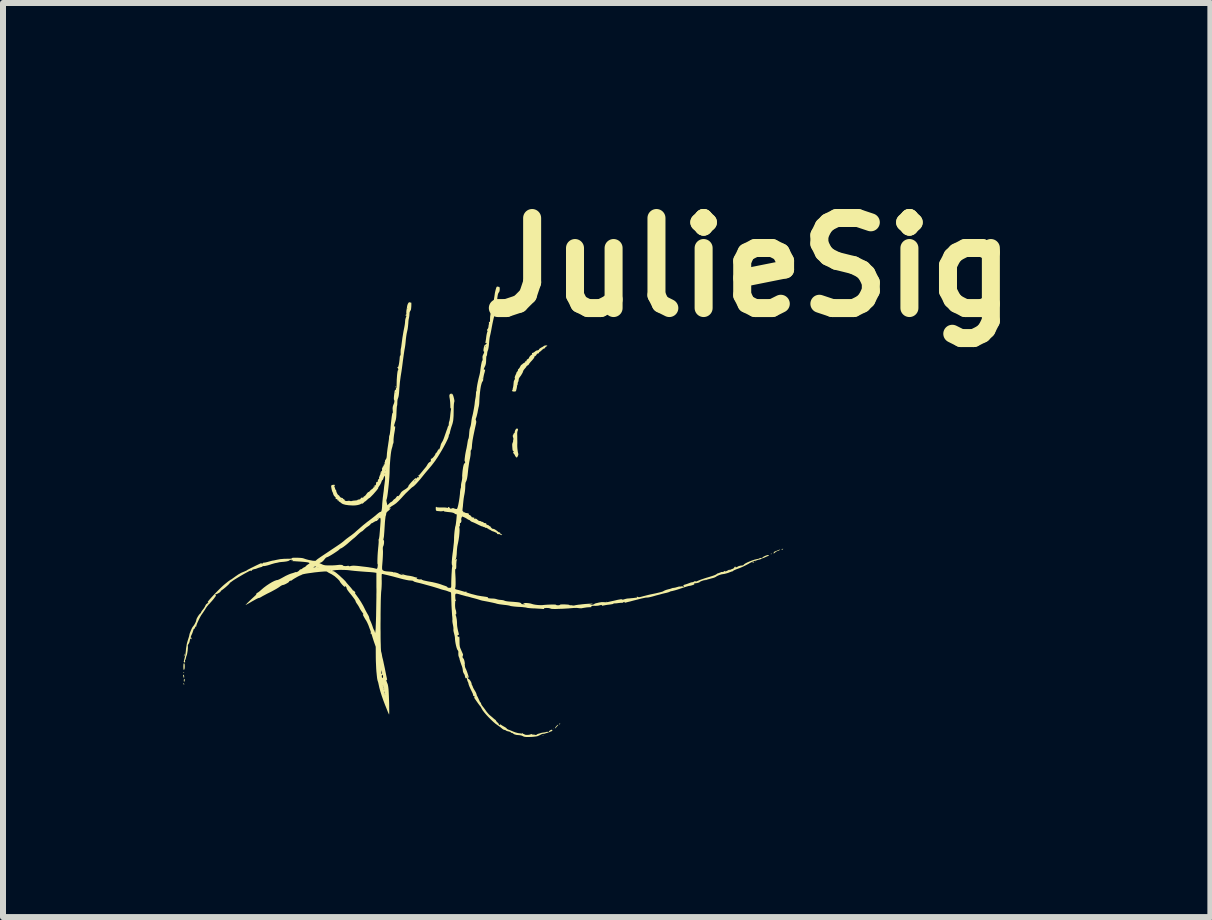
<source format=kicad_pcb>
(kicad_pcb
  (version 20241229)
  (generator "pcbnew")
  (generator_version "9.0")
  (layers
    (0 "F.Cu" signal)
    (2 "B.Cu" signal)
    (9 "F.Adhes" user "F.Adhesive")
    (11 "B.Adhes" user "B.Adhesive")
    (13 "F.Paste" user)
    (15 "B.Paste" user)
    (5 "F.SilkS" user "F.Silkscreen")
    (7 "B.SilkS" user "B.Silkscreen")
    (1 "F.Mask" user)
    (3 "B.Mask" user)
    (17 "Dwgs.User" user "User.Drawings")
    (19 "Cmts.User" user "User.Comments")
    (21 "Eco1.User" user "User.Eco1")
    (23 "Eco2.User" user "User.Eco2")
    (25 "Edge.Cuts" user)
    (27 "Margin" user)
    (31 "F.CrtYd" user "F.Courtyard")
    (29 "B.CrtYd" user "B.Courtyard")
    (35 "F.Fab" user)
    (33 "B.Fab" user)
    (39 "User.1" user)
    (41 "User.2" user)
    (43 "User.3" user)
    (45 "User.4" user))
  (footprint "JulieSig"
    (layer "F.Cu")
    (at 4.993 5.474)
    (property "Reference" "JulieSig" (at 4.43 -4.07 0) (layer "F.SilkS") (effects (font (size 1.5 1.5) (thickness 0.3))))
    (attr board_only exclude_from_pos_files exclude_from_bom)
    (fp_poly (pts (xy -2.159 1.306) (xy -2.163 1.31) (xy -2.167 1.306) (xy -2.163 1.302)) (stroke (width 0) (type solid)) (fill yes) (layer "F.SilkS"))
    (fp_poly (pts (xy -1.811 -0.416) (xy -1.815 -0.412) (xy -1.819 -0.416) (xy -1.815 -0.421)) (stroke (width 0) (type solid)) (fill yes) (layer "F.SilkS"))
    (fp_poly (pts (xy 1.189 3.619) (xy 1.185 3.623) (xy 1.181 3.619) (xy 1.185 3.615)) (stroke (width 0) (type solid)) (fill yes) (layer "F.SilkS"))
    (fp_poly (pts (xy 2.07 1.5) (xy 2.066 1.504) (xy 2.062 1.5) (xy 2.066 1.496)) (stroke (width 0) (type solid)) (fill yes) (layer "F.SilkS"))
    (fp_poly (pts (xy 4.545 0.837) (xy 4.541 0.841) (xy 4.537 0.837) (xy 4.541 0.833)) (stroke (width 0) (type solid)) (fill yes) (layer "F.SilkS"))
    (fp_poly (pts (xy 1.013 3.723) (xy 1.014 3.726) (xy 1.003 3.727) (xy 0.991 3.725) (xy 0.993 3.723) (xy 1.009 3.721)) (stroke (width 0) (type solid)) (fill yes) (layer "F.SilkS"))
    (fp_poly (pts (xy -4.984 2.719) (xy -4.981 2.723) (xy -4.975 2.736) (xy -4.975 2.755) (xy -4.977 2.778) (xy -4.987 2.75) (xy -4.993 2.728) (xy -4.992 2.718)) (stroke (width 0) (type solid)) (fill yes) (layer "F.SilkS"))
    (fp_poly (pts (xy -4.981 2.673) (xy -4.974 2.68) (xy -4.973 2.681) (xy -4.98 2.685) (xy -4.981 2.685) (xy -4.989 2.679) (xy -4.989 2.676) (xy -4.984 2.671)) (stroke (width 0) (type solid)) (fill yes) (layer "F.SilkS"))
    (fp_poly (pts (xy -4.98 2.859) (xy -4.976 2.866) (xy -4.974 2.879) (xy -4.975 2.884) (xy -4.981 2.881) (xy -4.985 2.874) (xy -4.987 2.86) (xy -4.986 2.856)) (stroke (width 0) (type solid)) (fill yes) (layer "F.SilkS"))
    (fp_poly (pts (xy -1.442 -2.081) (xy -1.443 -2.078) (xy -1.451 -2.071) (xy -1.452 -2.07) (xy -1.455 -2.076) (xy -1.456 -2.078) (xy -1.449 -2.086) (xy -1.447 -2.086)) (stroke (width 0) (type solid)) (fill yes) (layer "F.SilkS"))
    (fp_poly (pts (xy 1.29 3.532) (xy 1.289 3.538) (xy 1.283 3.549) (xy 1.281 3.55) (xy 1.278 3.543) (xy 1.278 3.538) (xy 1.282 3.527) (xy 1.286 3.526)) (stroke (width 0) (type solid)) (fill yes) (layer "F.SilkS"))
    (fp_poly (pts (xy 4.525 0.844) (xy 4.516 0.849) (xy 4.499 0.855) (xy 4.49 0.856) (xy 4.493 0.851) (xy 4.496 0.849) (xy 4.513 0.842) (xy 4.52 0.842)) (stroke (width 0) (type solid)) (fill yes) (layer "F.SilkS"))
    (fp_poly (pts (xy 4.811 0.702) (xy 4.812 0.704) (xy 4.805 0.711) (xy 4.803 0.712) (xy 4.798 0.707) (xy 4.799 0.704) (xy 4.807 0.696) (xy 4.808 0.695)) (stroke (width 0) (type solid)) (fill yes) (layer "F.SilkS"))
    (fp_poly (pts (xy 5.005 0.619) (xy 5.003 0.626) (xy 4.992 0.634) (xy 4.979 0.638) (xy 4.977 0.638) (xy 4.976 0.634) (xy 4.985 0.627) (xy 4.998 0.619)) (stroke (width 0) (type solid)) (fill yes) (layer "F.SilkS"))
    (fp_poly (pts (xy -4.967 2.368) (xy -4.967 2.373) (xy -4.97 2.395) (xy -4.973 2.406) (xy -4.979 2.414) (xy -4.98 2.41) (xy -4.977 2.393) (xy -4.973 2.377) (xy -4.969 2.365)) (stroke (width 0) (type solid)) (fill yes) (layer "F.SilkS"))
    (fp_poly (pts (xy -4.968 2.789) (xy -4.965 2.805) (xy -4.965 2.805) (xy -4.968 2.824) (xy -4.973 2.834) (xy -4.979 2.831) (xy -4.981 2.816) (xy -4.981 2.815) (xy -4.979 2.796) (xy -4.973 2.786)) (stroke (width 0) (type solid)) (fill yes) (layer "F.SilkS"))
    (fp_poly (pts (xy 1.258 3.555) (xy 1.249 3.566) (xy 1.247 3.568) (xy 1.23 3.587) (xy 1.217 3.603) (xy 1.208 3.612) (xy 1.205 3.607) (xy 1.205 3.607) (xy 1.21 3.594) (xy 1.223 3.577) (xy 1.239 3.56) (xy 1.253 3.551) (xy 1.257 3.55)) (stroke (width 0) (type solid)) (fill yes) (layer "F.SilkS"))
    (fp_poly (pts (xy -4.97 2.533) (xy -4.966 2.551) (xy -4.965 2.575) (xy -4.966 2.601) (xy -4.969 2.622) (xy -4.976 2.635) (xy -4.976 2.635) (xy -4.982 2.637) (xy -4.985 2.63) (xy -4.987 2.612) (xy -4.988 2.585) (xy -4.987 2.553) (xy -4.985 2.535) (xy -4.98 2.527) (xy -4.977 2.526)) (stroke (width 0) (type solid)) (fill yes) (layer "F.SilkS"))
    (fp_poly (pts (xy 4.954 0.635) (xy 4.945 0.642) (xy 4.927 0.652) (xy 4.915 0.655) (xy 4.901 0.66) (xy 4.881 0.673) (xy 4.872 0.68) (xy 4.854 0.695) (xy 4.845 0.696) (xy 4.844 0.693) (xy 4.848 0.681) (xy 4.859 0.669) (xy 4.869 0.661) (xy 4.874 0.661) (xy 4.882 0.66) (xy 4.898 0.652) (xy 4.899 0.652) (xy 4.922 0.642) (xy 4.941 0.635) (xy 4.955 0.632)) (stroke (width 0) (type solid)) (fill yes) (layer "F.SilkS"))
    (fp_poly (pts (xy 0.586 -1.377) (xy 0.587 -1.363) (xy 0.583 -1.348) (xy 0.581 -1.345) (xy 0.577 -1.332) (xy 0.574 -1.308) (xy 0.574 -1.288) (xy 0.575 -1.251) (xy 0.575 -1.211) (xy 0.576 -1.173) (xy 0.576 -1.141) (xy 0.575 -1.12) (xy 0.575 -1.089) (xy 0.577 -1.054) (xy 0.581 -1.019) (xy 0.585 -0.991) (xy 0.589 -0.976) (xy 0.594 -0.957) (xy 0.589 -0.936) (xy 0.585 -0.926) (xy 0.574 -0.906) (xy 0.566 -0.9) (xy 0.557 -0.906) (xy 0.55 -0.913) (xy 0.539 -0.929) (xy 0.535 -0.939) (xy 0.529 -0.952) (xy 0.526 -0.954) (xy 0.517 -0.964) (xy 0.509 -0.979) (xy 0.506 -0.991) (xy 0.509 -0.995) (xy 0.517 -1.001) (xy 0.518 -1.003) (xy 0.511 -1.01) (xy 0.507 -1.011) (xy 0.499 -1.018) (xy 0.496 -1.033) (xy 0.494 -1.055) (xy 0.492 -1.083) (xy 0.491 -1.093) (xy 0.491 -1.127) (xy 0.498 -1.147) (xy 0.505 -1.166) (xy 0.506 -1.179) (xy 0.506 -1.195) (xy 0.51 -1.201) (xy 0.512 -1.21) (xy 0.508 -1.229) (xy 0.505 -1.237) (xy 0.5 -1.257) (xy 0.5 -1.269) (xy 0.502 -1.27) (xy 0.508 -1.276) (xy 0.509 -1.285) (xy 0.515 -1.3) (xy 0.522 -1.305) (xy 0.532 -1.314) (xy 0.532 -1.32) (xy 0.534 -1.336) (xy 0.541 -1.356) (xy 0.551 -1.373) (xy 0.561 -1.383) (xy 0.563 -1.383) (xy 0.577 -1.383) (xy 0.58 -1.383)) (stroke (width 0) (type solid)) (fill yes) (layer "F.SilkS"))
    (fp_poly (pts (xy 1.065 -2.769) (xy 1.075 -2.766) (xy 1.076 -2.764) (xy 1.069 -2.756) (xy 1.06 -2.752) (xy 1.045 -2.741) (xy 1.04 -2.732) (xy 1.033 -2.72) (xy 1.026 -2.719) (xy 1.015 -2.715) (xy 0.998 -2.703) (xy 0.985 -2.691) (xy 0.967 -2.674) (xy 0.952 -2.663) (xy 0.946 -2.66) (xy 0.939 -2.654) (xy 0.938 -2.648) (xy 0.935 -2.638) (xy 0.932 -2.638) (xy 0.919 -2.635) (xy 0.904 -2.628) (xy 0.898 -2.619) (xy 0.898 -2.619) (xy 0.893 -2.608) (xy 0.881 -2.596) (xy 0.869 -2.587) (xy 0.861 -2.586) (xy 0.859 -2.585) (xy 0.861 -2.579) (xy 0.858 -2.567) (xy 0.844 -2.546) (xy 0.82 -2.518) (xy 0.817 -2.515) (xy 0.795 -2.491) (xy 0.778 -2.47) (xy 0.769 -2.456) (xy 0.768 -2.454) (xy 0.762 -2.444) (xy 0.748 -2.436) (xy 0.733 -2.426) (xy 0.728 -2.418) (xy 0.722 -2.407) (xy 0.709 -2.391) (xy 0.705 -2.387) (xy 0.681 -2.358) (xy 0.669 -2.33) (xy 0.668 -2.325) (xy 0.663 -2.312) (xy 0.651 -2.292) (xy 0.637 -2.268) (xy 0.621 -2.247) (xy 0.613 -2.236) (xy 0.602 -2.217) (xy 0.598 -2.194) (xy 0.596 -2.175) (xy 0.591 -2.163) (xy 0.59 -2.163) (xy 0.585 -2.152) (xy 0.582 -2.133) (xy 0.582 -2.13) (xy 0.58 -2.112) (xy 0.575 -2.103) (xy 0.574 -2.103) (xy 0.569 -2.098) (xy 0.57 -2.095) (xy 0.571 -2.083) (xy 0.567 -2.062) (xy 0.565 -2.052) (xy 0.559 -2.029) (xy 0.555 -2.013) (xy 0.554 -2.01) (xy 0.547 -2.003) (xy 0.53 -2) (xy 0.508 -2.001) (xy 0.499 -2.003) (xy 0.488 -2.01) (xy 0.486 -2.018) (xy 0.494 -2.022) (xy 0.499 -2.027) (xy 0.498 -2.029) (xy 0.497 -2.041) (xy 0.502 -2.059) (xy 0.507 -2.08) (xy 0.511 -2.109) (xy 0.513 -2.132) (xy 0.517 -2.169) (xy 0.526 -2.192) (xy 0.528 -2.195) (xy 0.537 -2.211) (xy 0.534 -2.223) (xy 0.532 -2.238) (xy 0.54 -2.262) (xy 0.546 -2.275) (xy 0.556 -2.296) (xy 0.561 -2.31) (xy 0.56 -2.313) (xy 0.562 -2.318) (xy 0.572 -2.33) (xy 0.574 -2.332) (xy 0.585 -2.348) (xy 0.587 -2.36) (xy 0.587 -2.361) (xy 0.588 -2.371) (xy 0.593 -2.374) (xy 0.604 -2.384) (xy 0.617 -2.403) (xy 0.623 -2.415) (xy 0.634 -2.435) (xy 0.642 -2.446) (xy 0.645 -2.447) (xy 0.652 -2.449) (xy 0.661 -2.458) (xy 0.674 -2.471) (xy 0.684 -2.474) (xy 0.694 -2.479) (xy 0.695 -2.483) (xy 0.7 -2.488) (xy 0.703 -2.487) (xy 0.708 -2.488) (xy 0.706 -2.496) (xy 0.705 -2.506) (xy 0.714 -2.504) (xy 0.725 -2.504) (xy 0.728 -2.515) (xy 0.735 -2.531) (xy 0.748 -2.541) (xy 0.763 -2.549) (xy 0.768 -2.556) (xy 0.773 -2.57) (xy 0.784 -2.587) (xy 0.799 -2.603) (xy 0.811 -2.613) (xy 0.816 -2.614) (xy 0.823 -2.615) (xy 0.821 -2.627) (xy 0.82 -2.641) (xy 0.83 -2.644) (xy 0.83 -2.644) (xy 0.846 -2.65) (xy 0.865 -2.662) (xy 0.867 -2.665) (xy 0.885 -2.678) (xy 0.899 -2.685) (xy 0.901 -2.685) (xy 0.922 -2.689) (xy 0.936 -2.698) (xy 0.938 -2.705) (xy 0.945 -2.714) (xy 0.962 -2.726) (xy 0.976 -2.734) (xy 0.999 -2.746) (xy 1.015 -2.757) (xy 1.02 -2.761) (xy 1.031 -2.766) (xy 1.048 -2.769)) (stroke (width 0) (type solid)) (fill yes) (layer "F.SilkS"))
    (fp_poly (pts (xy 0.256 -3.748) (xy 0.271 -3.743) (xy 0.277 -3.743) (xy 0.28 -3.736) (xy 0.283 -3.718) (xy 0.283 -3.705) (xy 0.28 -3.674) (xy 0.271 -3.655) (xy 0.268 -3.652) (xy 0.259 -3.638) (xy 0.251 -3.613) (xy 0.245 -3.576) (xy 0.239 -3.524) (xy 0.238 -3.506) (xy 0.233 -3.474) (xy 0.224 -3.439) (xy 0.218 -3.419) (xy 0.209 -3.39) (xy 0.204 -3.365) (xy 0.204 -3.352) (xy 0.205 -3.335) (xy 0.201 -3.327) (xy 0.198 -3.317) (xy 0.199 -3.312) (xy 0.199 -3.299) (xy 0.195 -3.276) (xy 0.188 -3.246) (xy 0.187 -3.241) (xy 0.179 -3.21) (xy 0.17 -3.169) (xy 0.16 -3.122) (xy 0.151 -3.074) (xy 0.15 -3.069) (xy 0.142 -3.025) (xy 0.134 -2.985) (xy 0.127 -2.952) (xy 0.122 -2.931) (xy 0.121 -2.927) (xy 0.117 -2.908) (xy 0.112 -2.877) (xy 0.108 -2.839) (xy 0.105 -2.804) (xy 0.101 -2.759) (xy 0.095 -2.721) (xy 0.089 -2.694) (xy 0.085 -2.685) (xy 0.077 -2.661) (xy 0.073 -2.632) (xy 0.073 -2.629) (xy 0.071 -2.608) (xy 0.067 -2.597) (xy 0.065 -2.596) (xy 0.061 -2.588) (xy 0.058 -2.567) (xy 0.057 -2.536) (xy 0.057 -2.529) (xy 0.055 -2.49) (xy 0.051 -2.46) (xy 0.043 -2.434) (xy 0.036 -2.419) (xy 0.023 -2.39) (xy 0.017 -2.373) (xy 0.019 -2.365) (xy 0.026 -2.366) (xy 0.028 -2.366) (xy 0.037 -2.367) (xy 0.04 -2.361) (xy 0.037 -2.344) (xy 0.03 -2.316) (xy 0.024 -2.297) (xy 0.016 -2.263) (xy 0.01 -2.231) (xy 0.008 -2.21) (xy 0.006 -2.186) (xy -0.001 -2.171) (xy -0.003 -2.17) (xy -0.012 -2.156) (xy -0.021 -2.129) (xy -0.031 -2.09) (xy -0.039 -2.042) (xy -0.046 -1.986) (xy -0.052 -1.925) (xy -0.056 -1.862) (xy -0.057 -1.828) (xy -0.059 -1.796) (xy -0.063 -1.767) (xy -0.066 -1.751) (xy -0.071 -1.732) (xy -0.077 -1.702) (xy -0.084 -1.667) (xy -0.085 -1.658) (xy -0.093 -1.623) (xy -0.101 -1.591) (xy -0.108 -1.568) (xy -0.11 -1.564) (xy -0.118 -1.542) (xy -0.116 -1.526) (xy -0.113 -1.52) (xy -0.108 -1.504) (xy -0.109 -1.481) (xy -0.113 -1.461) (xy -0.119 -1.435) (xy -0.127 -1.399) (xy -0.136 -1.358) (xy -0.141 -1.334) (xy -0.157 -1.257) (xy -0.17 -1.185) (xy -0.178 -1.121) (xy -0.181 -1.077) (xy -0.184 -1.049) (xy -0.19 -1.031) (xy -0.193 -1.028) (xy -0.201 -1.013) (xy -0.201 -0.99) (xy -0.201 -0.969) (xy -0.204 -0.938) (xy -0.21 -0.9) (xy -0.216 -0.87) (xy -0.225 -0.825) (xy -0.233 -0.772) (xy -0.241 -0.716) (xy -0.246 -0.667) (xy -0.253 -0.603) (xy -0.261 -0.554) (xy -0.27 -0.519) (xy -0.28 -0.496) (xy -0.284 -0.49) (xy -0.287 -0.478) (xy -0.29 -0.455) (xy -0.291 -0.425) (xy -0.291 -0.417) (xy -0.293 -0.376) (xy -0.298 -0.332) (xy -0.304 -0.295) (xy -0.311 -0.26) (xy -0.318 -0.216) (xy -0.323 -0.173) (xy -0.324 -0.162) (xy -0.328 -0.123) (xy -0.331 -0.085) (xy -0.335 -0.055) (xy -0.336 -0.046) (xy -0.338 -0.021) (xy -0.335 -0.009) (xy -0.333 -0.008) (xy -0.324 -0.002) (xy -0.323 0.004) (xy -0.318 0.012) (xy -0.312 0.011) (xy -0.299 0.012) (xy -0.296 0.016) (xy -0.284 0.022) (xy -0.268 0.024) (xy -0.245 0.028) (xy -0.231 0.036) (xy -0.23 0.048) (xy -0.231 0.049) (xy -0.233 0.055) (xy -0.229 0.054) (xy -0.218 0.056) (xy -0.204 0.065) (xy -0.191 0.078) (xy -0.186 0.09) (xy -0.181 0.094) (xy -0.178 0.093) (xy -0.17 0.093) (xy -0.17 0.096) (xy -0.163 0.1) (xy -0.154 0.099) (xy -0.142 0.099) (xy -0.142 0.108) (xy -0.143 0.109) (xy -0.144 0.119) (xy -0.135 0.119) (xy -0.13 0.118) (xy -0.113 0.117) (xy -0.095 0.129) (xy -0.091 0.133) (xy -0.075 0.147) (xy -0.061 0.154) (xy -0.06 0.155) (xy -0.041 0.157) (xy -0.032 0.16) (xy -0.028 0.164) (xy -0.015 0.169) (xy -0.006 0.17) (xy 0.009 0.176) (xy 0.013 0.182) (xy 0.024 0.191) (xy 0.03 0.19) (xy 0.044 0.191) (xy 0.057 0.198) (xy 0.062 0.208) (xy 0.06 0.211) (xy 0.064 0.216) (xy 0.08 0.222) (xy 0.081 0.222) (xy 0.098 0.228) (xy 0.105 0.235) (xy 0.105 0.235) (xy 0.112 0.242) (xy 0.117 0.243) (xy 0.128 0.247) (xy 0.129 0.25) (xy 0.135 0.261) (xy 0.147 0.274) (xy 0.161 0.285) (xy 0.17 0.287) (xy 0.17 0.287) (xy 0.182 0.288) (xy 0.201 0.296) (xy 0.223 0.31) (xy 0.243 0.325) (xy 0.258 0.338) (xy 0.268 0.345) (xy 0.269 0.345) (xy 0.282 0.347) (xy 0.283 0.347) (xy 0.29 0.354) (xy 0.291 0.359) (xy 0.298 0.371) (xy 0.307 0.376) (xy 0.32 0.383) (xy 0.323 0.388) (xy 0.318 0.392) (xy 0.304 0.389) (xy 0.287 0.38) (xy 0.285 0.378) (xy 0.272 0.374) (xy 0.268 0.375) (xy 0.253 0.377) (xy 0.239 0.369) (xy 0.235 0.359) (xy 0.23 0.351) (xy 0.226 0.352) (xy 0.219 0.352) (xy 0.218 0.35) (xy 0.211 0.344) (xy 0.193 0.337) (xy 0.183 0.333) (xy 0.158 0.325) (xy 0.139 0.315) (xy 0.135 0.312) (xy 0.119 0.301) (xy 0.11 0.299) (xy 0.099 0.295) (xy 0.097 0.291) (xy 0.09 0.284) (xy 0.085 0.283) (xy 0.074 0.279) (xy 0.073 0.275) (xy 0.066 0.271) (xy 0.057 0.271) (xy 0.044 0.27) (xy 0.04 0.266) (xy 0.034 0.26) (xy 0.024 0.259) (xy 0.01 0.255) (xy -0.014 0.246) (xy -0.022 0.243) (xy 0 0.243) (xy 0.003 0.249) (xy 0.005 0.248) (xy 0.006 0.238) (xy 0.005 0.237) (xy 0.001 0.238) (xy 0 0.243) (xy -0.022 0.243) (xy -0.046 0.232) (xy -0.082 0.215) (xy -0.083 0.214) (xy -0.118 0.197) (xy -0.148 0.183) (xy -0.171 0.174) (xy -0.182 0.17) (xy -0.182 0.17) (xy -0.194 0.164) (xy -0.206 0.154) (xy -0.221 0.141) (xy -0.231 0.137) (xy -0.246 0.132) (xy -0.252 0.127) (xy -0.264 0.119) (xy -0.284 0.107) (xy -0.306 0.096) (xy -0.327 0.087) (xy -0.34 0.082) (xy -0.343 0.082) (xy -0.356 0.106) (xy -0.359 0.131) (xy -0.357 0.139) (xy -0.355 0.155) (xy -0.359 0.172) (xy -0.365 0.186) (xy -0.372 0.19) (xy -0.375 0.189) (xy -0.379 0.191) (xy -0.381 0.206) (xy -0.38 0.231) (xy -0.38 0.233) (xy -0.382 0.247) (xy -0.388 0.247) (xy -0.394 0.246) (xy -0.392 0.258) (xy -0.391 0.26) (xy -0.387 0.284) (xy -0.386 0.32) (xy -0.389 0.366) (xy -0.394 0.417) (xy -0.402 0.471) (xy -0.412 0.524) (xy -0.417 0.546) (xy -0.424 0.582) (xy -0.429 0.626) (xy -0.432 0.669) (xy -0.432 0.675) (xy -0.434 0.712) (xy -0.438 0.746) (xy -0.442 0.771) (xy -0.444 0.776) (xy -0.451 0.799) (xy -0.452 0.808) (xy -0.447 0.805) (xy -0.44 0.797) (xy -0.432 0.787) (xy -0.429 0.791) (xy -0.429 0.794) (xy -0.432 0.809) (xy -0.435 0.812) (xy -0.437 0.822) (xy -0.439 0.845) (xy -0.441 0.875) (xy -0.441 0.888) (xy -0.441 0.924) (xy -0.443 0.945) (xy -0.447 0.955) (xy -0.451 0.956) (xy -0.456 0.958) (xy -0.458 0.968) (xy -0.459 0.987) (xy -0.458 1.019) (xy -0.456 1.053) (xy -0.453 1.113) (xy -0.452 1.167) (xy -0.452 1.213) (xy -0.454 1.25) (xy -0.458 1.274) (xy -0.461 1.282) (xy -0.46 1.289) (xy -0.445 1.296) (xy -0.422 1.302) (xy -0.386 1.311) (xy -0.348 1.322) (xy -0.332 1.327) (xy -0.305 1.335) (xy -0.29 1.337) (xy -0.282 1.333) (xy -0.282 1.332) (xy -0.276 1.328) (xy -0.273 1.338) (xy -0.274 1.343) (xy -0.267 1.347) (xy -0.247 1.354) (xy -0.219 1.363) (xy -0.186 1.373) (xy -0.15 1.382) (xy -0.116 1.391) (xy -0.087 1.398) (xy -0.081 1.399) (xy -0.056 1.403) (xy -0.021 1.409) (xy 0.017 1.414) (xy 0.027 1.416) (xy 0.058 1.42) (xy 0.079 1.425) (xy 0.089 1.429) (xy 0.089 1.431) (xy 0.085 1.438) (xy 0.096 1.443) (xy 0.12 1.446) (xy 0.155 1.448) (xy 0.186 1.449) (xy 0.215 1.454) (xy 0.229 1.458) (xy 0.252 1.465) (xy 0.283 1.47) (xy 0.299 1.471) (xy 0.327 1.474) (xy 0.351 1.479) (xy 0.36 1.483) (xy 0.376 1.489) (xy 0.403 1.494) (xy 0.436 1.498) (xy 0.449 1.499) (xy 0.509 1.503) (xy 0.554 1.507) (xy 0.587 1.51) (xy 0.61 1.514) (xy 0.625 1.518) (xy 0.634 1.523) (xy 0.639 1.529) (xy 0.639 1.529) (xy 0.65 1.54) (xy 0.67 1.544) (xy 0.682 1.544) (xy 0.702 1.543) (xy 0.707 1.541) (xy 0.698 1.539) (xy 0.691 1.537) (xy 0.676 1.533) (xy 0.674 1.53) (xy 0.685 1.525) (xy 0.705 1.523) (xy 0.734 1.523) (xy 0.766 1.526) (xy 0.795 1.531) (xy 0.813 1.536) (xy 0.839 1.544) (xy 0.875 1.551) (xy 0.916 1.556) (xy 0.955 1.558) (xy 0.986 1.558) (xy 0.989 1.558) (xy 1.029 1.554) (xy 1.071 1.551) (xy 1.113 1.549) (xy 1.153 1.548) (xy 1.185 1.548) (xy 1.209 1.549) (xy 1.22 1.551) (xy 1.221 1.552) (xy 1.228 1.558) (xy 1.246 1.56) (xy 1.253 1.561) (xy 1.274 1.559) (xy 1.285 1.554) (xy 1.286 1.552) (xy 1.294 1.548) (xy 1.317 1.546) (xy 1.355 1.546) (xy 1.366 1.546) (xy 1.399 1.548) (xy 1.425 1.55) (xy 1.439 1.553) (xy 1.442 1.555) (xy 1.446 1.559) (xy 1.46 1.56) (xy 1.461 1.56) (xy 1.481 1.56) (xy 1.494 1.563) (xy 1.507 1.565) (xy 1.529 1.563) (xy 1.536 1.561) (xy 1.556 1.557) (xy 1.587 1.552) (xy 1.624 1.548) (xy 1.665 1.543) (xy 1.707 1.539) (xy 1.747 1.536) (xy 1.782 1.534) (xy 1.81 1.533) (xy 1.827 1.533) (xy 1.831 1.535) (xy 1.822 1.539) (xy 1.804 1.544) (xy 1.802 1.545) (xy 1.775 1.551) (xy 1.809 1.552) (xy 1.833 1.55) (xy 1.851 1.544) (xy 1.854 1.542) (xy 1.869 1.532) (xy 1.888 1.526) (xy 1.912 1.521) (xy 1.94 1.514) (xy 1.948 1.513) (xy 1.98 1.508) (xy 2.012 1.508) (xy 2.018 1.509) (xy 2.049 1.51) (xy 2.082 1.507) (xy 2.092 1.505) (xy 2.119 1.499) (xy 2.154 1.491) (xy 2.192 1.483) (xy 2.2 1.481) (xy 2.246 1.47) (xy 2.279 1.464) (xy 2.301 1.46) (xy 2.314 1.46) (xy 2.321 1.462) (xy 2.322 1.464) (xy 2.331 1.467) (xy 2.352 1.463) (xy 2.36 1.46) (xy 2.385 1.453) (xy 2.407 1.448) (xy 2.412 1.448) (xy 2.426 1.447) (xy 2.45 1.445) (xy 2.481 1.442) (xy 2.514 1.439) (xy 2.543 1.435) (xy 2.563 1.433) (xy 2.57 1.432) (xy 2.569 1.426) (xy 2.567 1.423) (xy 2.566 1.416) (xy 2.577 1.418) (xy 2.587 1.423) (xy 2.604 1.426) (xy 2.631 1.421) (xy 2.653 1.415) (xy 2.683 1.407) (xy 2.722 1.397) (xy 2.766 1.386) (xy 2.802 1.378) (xy 2.874 1.363) (xy 2.929 1.35) (xy 2.97 1.34) (xy 2.996 1.332) (xy 3.008 1.327) (xy 3.008 1.326) (xy 3.018 1.32) (xy 3.038 1.311) (xy 3.063 1.302) (xy 3.089 1.295) (xy 3.109 1.29) (xy 3.11 1.29) (xy 3.132 1.284) (xy 3.144 1.279) (xy 3.165 1.272) (xy 3.185 1.27) (xy 3.208 1.266) (xy 3.235 1.258) (xy 3.239 1.257) (xy 3.262 1.25) (xy 3.28 1.247) (xy 3.283 1.248) (xy 3.301 1.248) (xy 3.308 1.245) (xy 3.323 1.244) (xy 3.33 1.247) (xy 3.342 1.252) (xy 3.35 1.247) (xy 3.355 1.239) (xy 3.349 1.237) (xy 3.34 1.234) (xy 3.342 1.227) (xy 3.354 1.22) (xy 3.364 1.217) (xy 3.385 1.211) (xy 3.414 1.201) (xy 3.438 1.192) (xy 3.464 1.182) (xy 3.483 1.177) (xy 3.493 1.176) (xy 3.503 1.175) (xy 3.514 1.169) (xy 3.53 1.16) (xy 3.542 1.157) (xy 3.547 1.161) (xy 3.546 1.165) (xy 3.55 1.166) (xy 3.565 1.161) (xy 3.588 1.151) (xy 3.616 1.14) (xy 3.626 1.136) (xy 3.704 1.136) (xy 3.708 1.14) (xy 3.712 1.136) (xy 3.708 1.132) (xy 3.704 1.136) (xy 3.626 1.136) (xy 3.654 1.126) (xy 3.696 1.112) (xy 3.724 1.103) (xy 3.781 1.086) (xy 3.825 1.072) (xy 3.857 1.061) (xy 3.878 1.052) (xy 3.892 1.044) (xy 3.898 1.039) (xy 3.913 1.029) (xy 3.921 1.027) (xy 3.938 1.023) (xy 3.952 1.015) (xy 3.962 1.015) (xy 3.966 1.019) (xy 3.971 1.015) (xy 3.966 1.011) (xy 3.962 1.015) (xy 3.952 1.015) (xy 3.953 1.014) (xy 3.971 1.006) (xy 3.985 1.006) (xy 4.003 1.005) (xy 4.015 0.999) (xy 4.031 0.989) (xy 4.04 0.988) (xy 4.039 0.995) (xy 4.039 0.995) (xy 4.042 0.998) (xy 4.056 0.993) (xy 4.078 0.982) (xy 4.103 0.969) (xy 4.113 0.965) (xy 4.112 0.97) (xy 4.111 0.972) (xy 4.109 0.978) (xy 4.117 0.973) (xy 4.117 0.973) (xy 4.132 0.965) (xy 4.154 0.956) (xy 4.159 0.955) (xy 4.178 0.946) (xy 4.188 0.936) (xy 4.189 0.934) (xy 4.189 0.933) (xy 4.2 0.933) (xy 4.201 0.937) (xy 4.205 0.938) (xy 4.212 0.935) (xy 4.21 0.933) (xy 4.201 0.932) (xy 4.2 0.933) (xy 4.189 0.933) (xy 4.195 0.92) (xy 4.208 0.917) (xy 4.218 0.923) (xy 4.231 0.928) (xy 4.236 0.925) (xy 4.251 0.913) (xy 4.277 0.904) (xy 4.305 0.898) (xy 4.315 0.898) (xy 4.338 0.894) (xy 4.348 0.885) (xy 4.359 0.874) (xy 4.381 0.86) (xy 4.413 0.844) (xy 4.451 0.828) (xy 4.49 0.813) (xy 4.529 0.8) (xy 4.563 0.792) (xy 4.579 0.789) (xy 4.6 0.784) (xy 4.612 0.777) (xy 4.628 0.772) (xy 4.64 0.772) (xy 4.654 0.772) (xy 4.658 0.768) (xy 4.665 0.759) (xy 4.683 0.748) (xy 4.706 0.737) (xy 4.73 0.728) (xy 4.751 0.723) (xy 4.76 0.723) (xy 4.768 0.728) (xy 4.764 0.734) (xy 4.747 0.742) (xy 4.719 0.754) (xy 4.691 0.767) (xy 4.69 0.767) (xy 4.669 0.775) (xy 4.653 0.78) (xy 4.651 0.78) (xy 4.638 0.786) (xy 4.635 0.789) (xy 4.623 0.796) (xy 4.613 0.798) (xy 4.596 0.801) (xy 4.572 0.809) (xy 4.565 0.812) (xy 4.543 0.819) (xy 4.526 0.822) (xy 4.522 0.821) (xy 4.516 0.821) (xy 4.517 0.826) (xy 4.518 0.832) (xy 4.514 0.83) (xy 4.504 0.831) (xy 4.483 0.84) (xy 4.454 0.854) (xy 4.426 0.871) (xy 4.382 0.894) (xy 4.331 0.919) (xy 4.282 0.94) (xy 4.262 0.947) (xy 4.227 0.96) (xy 4.199 0.972) (xy 4.18 0.981) (xy 4.174 0.986) (xy 4.165 0.994) (xy 4.163 0.995) (xy 4.151 0.997) (xy 4.129 1.005) (xy 4.102 1.015) (xy 4.102 1.016) (xy 4.068 1.027) (xy 4.034 1.036) (xy 4.011 1.04) (xy 3.979 1.045) (xy 3.943 1.056) (xy 3.91 1.07) (xy 3.885 1.085) (xy 3.882 1.088) (xy 3.868 1.095) (xy 3.844 1.104) (xy 3.814 1.112) (xy 3.813 1.112) (xy 3.781 1.121) (xy 3.751 1.129) (xy 3.732 1.135) (xy 3.713 1.141) (xy 3.702 1.142) (xy 3.701 1.142) (xy 3.69 1.143) (xy 3.67 1.148) (xy 3.648 1.156) (xy 3.628 1.164) (xy 3.616 1.171) (xy 3.615 1.173) (xy 3.608 1.179) (xy 3.59 1.185) (xy 3.567 1.191) (xy 3.55 1.193) (xy 3.528 1.196) (xy 3.519 1.198) (xy 3.52 1.201) (xy 3.525 1.204) (xy 3.526 1.21) (xy 3.514 1.218) (xy 3.497 1.224) (xy 3.471 1.232) (xy 3.449 1.237) (xy 3.441 1.237) (xy 3.428 1.24) (xy 3.403 1.247) (xy 3.368 1.258) (xy 3.328 1.271) (xy 3.31 1.277) (xy 3.266 1.292) (xy 3.225 1.305) (xy 3.189 1.315) (xy 3.164 1.321) (xy 3.158 1.323) (xy 3.135 1.327) (xy 3.12 1.332) (xy 3.117 1.334) (xy 3.108 1.339) (xy 3.087 1.346) (xy 3.057 1.354) (xy 3.034 1.359) (xy 2.992 1.369) (xy 2.942 1.383) (xy 2.891 1.396) (xy 2.864 1.404) (xy 2.824 1.415) (xy 2.788 1.424) (xy 2.759 1.43) (xy 2.742 1.432) (xy 2.729 1.432) (xy 2.715 1.433) (xy 2.698 1.436) (xy 2.677 1.441) (xy 2.648 1.447) (xy 2.609 1.457) (xy 2.559 1.47) (xy 2.507 1.483) (xy 2.455 1.497) (xy 2.417 1.506) (xy 2.391 1.513) (xy 2.374 1.517) (xy 2.365 1.519) (xy 2.362 1.518) (xy 2.362 1.516) (xy 2.365 1.513) (xy 2.365 1.512) (xy 2.364 1.505) (xy 2.358 1.504) (xy 2.344 1.509) (xy 2.341 1.513) (xy 2.329 1.519) (xy 2.322 1.519) (xy 2.307 1.519) (xy 2.282 1.521) (xy 2.256 1.524) (xy 2.227 1.528) (xy 2.204 1.529) (xy 2.192 1.529) (xy 2.179 1.532) (xy 2.176 1.535) (xy 2.166 1.54) (xy 2.145 1.544) (xy 2.119 1.548) (xy 2.084 1.552) (xy 2.049 1.557) (xy 2.03 1.561) (xy 2.002 1.566) (xy 1.988 1.568) (xy 1.983 1.566) (xy 1.985 1.561) (xy 1.985 1.56) (xy 1.986 1.556) (xy 1.978 1.555) (xy 1.96 1.558) (xy 1.929 1.566) (xy 1.927 1.566) (xy 1.905 1.569) (xy 1.877 1.57) (xy 1.862 1.569) (xy 1.832 1.569) (xy 1.812 1.573) (xy 1.806 1.579) (xy 1.813 1.586) (xy 1.812 1.59) (xy 1.797 1.592) (xy 1.775 1.593) (xy 1.738 1.595) (xy 1.698 1.601) (xy 1.68 1.604) (xy 1.64 1.611) (xy 1.607 1.609) (xy 1.599 1.608) (xy 1.566 1.604) (xy 1.518 1.605) (xy 1.472 1.609) (xy 1.425 1.613) (xy 1.374 1.616) (xy 1.322 1.619) (xy 1.272 1.62) (xy 1.226 1.622) (xy 1.186 1.622) (xy 1.157 1.621) (xy 1.139 1.619) (xy 1.136 1.618) (xy 1.119 1.611) (xy 1.092 1.606) (xy 1.062 1.605) (xy 1.039 1.607) (xy 1.021 1.611) (xy 1.018 1.616) (xy 1.02 1.619) (xy 1.022 1.623) (xy 1.008 1.623) (xy 1.003 1.622) (xy 0.984 1.62) (xy 0.954 1.618) (xy 0.915 1.616) (xy 0.871 1.613) (xy 0.857 1.613) (xy 0.815 1.611) (xy 0.778 1.608) (xy 0.75 1.605) (xy 0.734 1.602) (xy 0.731 1.601) (xy 0.721 1.598) (xy 0.697 1.595) (xy 0.663 1.591) (xy 0.622 1.588) (xy 0.596 1.587) (xy 0.552 1.584) (xy 0.513 1.58) (xy 0.483 1.576) (xy 0.464 1.573) (xy 0.459 1.571) (xy 0.447 1.567) (xy 0.423 1.562) (xy 0.39 1.557) (xy 0.352 1.553) (xy 0.312 1.548) (xy 0.276 1.543) (xy 0.249 1.538) (xy 0.235 1.535) (xy 0.217 1.529) (xy 0.187 1.522) (xy 0.15 1.514) (xy 0.108 1.505) (xy 0.067 1.497) (xy 0.029 1.49) (xy 0.02 1.488) (xy -0.009 1.483) (xy -0.036 1.476) (xy -0.044 1.473) (xy -0.066 1.466) (xy -0.096 1.457) (xy -0.113 1.452) (xy -0.147 1.443) (xy -0.186 1.433) (xy -0.206 1.427) (xy -0.235 1.419) (xy -0.259 1.413) (xy -0.271 1.411) (xy -0.286 1.407) (xy -0.311 1.4) (xy -0.343 1.391) (xy -0.356 1.388) (xy -0.398 1.375) (xy -0.427 1.368) (xy -0.445 1.367) (xy -0.454 1.373) (xy -0.458 1.387) (xy -0.459 1.409) (xy -0.458 1.419) (xy -0.457 1.446) (xy -0.454 1.465) (xy -0.451 1.472) (xy -0.445 1.478) (xy -0.445 1.48) (xy -0.45 1.485) (xy -0.453 1.484) (xy -0.457 1.488) (xy -0.459 1.505) (xy -0.46 1.53) (xy -0.461 1.559) (xy -0.46 1.587) (xy -0.457 1.611) (xy -0.454 1.627) (xy -0.453 1.629) (xy -0.448 1.642) (xy -0.444 1.661) (xy -0.441 1.683) (xy -0.441 1.701) (xy -0.443 1.71) (xy -0.445 1.71) (xy -0.452 1.71) (xy -0.451 1.724) (xy -0.444 1.743) (xy -0.438 1.769) (xy -0.432 1.804) (xy -0.429 1.843) (xy -0.428 1.879) (xy -0.428 1.886) (xy -0.426 1.909) (xy -0.421 1.94) (xy -0.414 1.975) (xy -0.413 1.98) (xy -0.404 2.015) (xy -0.399 2.036) (xy -0.397 2.048) (xy -0.399 2.053) (xy -0.405 2.054) (xy -0.408 2.054) (xy -0.419 2.058) (xy -0.419 2.071) (xy -0.415 2.082) (xy -0.41 2.091) (xy -0.404 2.085) (xy -0.396 2.078) (xy -0.391 2.084) (xy -0.388 2.105) (xy -0.387 2.141) (xy -0.387 2.164) (xy -0.386 2.213) (xy -0.382 2.248) (xy -0.375 2.272) (xy -0.364 2.297) (xy -0.355 2.319) (xy -0.354 2.321) (xy -0.344 2.344) (xy -0.335 2.363) (xy -0.328 2.383) (xy -0.332 2.403) (xy -0.333 2.405) (xy -0.338 2.422) (xy -0.332 2.435) (xy -0.326 2.442) (xy -0.314 2.46) (xy -0.305 2.489) (xy -0.299 2.523) (xy -0.298 2.557) (xy -0.298 2.564) (xy -0.296 2.585) (xy -0.287 2.61) (xy -0.285 2.613) (xy -0.276 2.632) (xy -0.265 2.659) (xy -0.252 2.696) (xy -0.236 2.746) (xy -0.23 2.764) (xy -0.229 2.773) (xy -0.233 2.771) (xy -0.24 2.76) (xy -0.242 2.756) (xy -0.248 2.743) (xy -0.25 2.746) (xy -0.25 2.753) (xy -0.247 2.773) (xy -0.243 2.782) (xy -0.236 2.789) (xy -0.235 2.787) (xy -0.23 2.788) (xy -0.22 2.8) (xy -0.21 2.813) (xy -0.196 2.836) (xy -0.187 2.858) (xy -0.186 2.866) (xy -0.183 2.883) (xy -0.179 2.89) (xy -0.172 2.901) (xy -0.166 2.917) (xy -0.159 2.936) (xy -0.145 2.961) (xy -0.132 2.983) (xy -0.117 3.008) (xy -0.107 3.031) (xy -0.103 3.043) (xy -0.1 3.059) (xy -0.097 3.065) (xy -0.091 3.075) (xy -0.08 3.096) (xy -0.067 3.125) (xy -0.052 3.158) (xy -0.05 3.164) (xy -0.041 3.179) (xy -0.033 3.183) (xy -0.033 3.183) (xy -0.029 3.185) (xy -0.029 3.192) (xy -0.026 3.207) (xy -0.014 3.228) (xy -0.002 3.244) (xy 0.02 3.272) (xy 0.044 3.305) (xy 0.06 3.328) (xy 0.082 3.355) (xy 0.104 3.38) (xy 0.121 3.395) (xy 0.145 3.415) (xy 0.171 3.437) (xy 0.177 3.443) (xy 0.195 3.458) (xy 0.208 3.468) (xy 0.212 3.469) (xy 0.218 3.476) (xy 0.219 3.479) (xy 0.224 3.49) (xy 0.239 3.506) (xy 0.246 3.513) (xy 0.262 3.529) (xy 0.269 3.543) (xy 0.269 3.547) (xy 0.27 3.557) (xy 0.273 3.558) (xy 0.283 3.552) (xy 0.285 3.548) (xy 0.291 3.543) (xy 0.303 3.551) (xy 0.304 3.551) (xy 0.32 3.562) (xy 0.344 3.576) (xy 0.362 3.586) (xy 0.384 3.599) (xy 0.397 3.61) (xy 0.4 3.615) (xy 0.404 3.621) (xy 0.42 3.629) (xy 0.426 3.632) (xy 0.45 3.64) (xy 0.481 3.653) (xy 0.509 3.665) (xy 0.543 3.678) (xy 0.576 3.687) (xy 0.6 3.692) (xy 0.625 3.694) (xy 0.644 3.698) (xy 0.648 3.7) (xy 0.654 3.701) (xy 0.652 3.697) (xy 0.651 3.689) (xy 0.655 3.687) (xy 0.663 3.693) (xy 0.663 3.696) (xy 0.67 3.702) (xy 0.679 3.704) (xy 0.692 3.707) (xy 0.695 3.712) (xy 0.703 3.717) (xy 0.721 3.719) (xy 0.745 3.72) (xy 0.769 3.718) (xy 0.789 3.714) (xy 0.799 3.71) (xy 0.811 3.705) (xy 0.815 3.708) (xy 0.827 3.714) (xy 0.841 3.715) (xy 0.862 3.716) (xy 0.873 3.72) (xy 0.89 3.721) (xy 0.899 3.715) (xy 0.917 3.704) (xy 0.934 3.699) (xy 0.954 3.694) (xy 0.965 3.69) (xy 0.978 3.686) (xy 0.998 3.682) (xy 1.022 3.679) (xy 1.039 3.676) (xy 1.058 3.672) (xy 1.066 3.668) (xy 1.08 3.668) (xy 1.09 3.673) (xy 1.098 3.678) (xy 1.098 3.675) (xy 1.1 3.665) (xy 1.112 3.652) (xy 1.128 3.641) (xy 1.145 3.634) (xy 1.154 3.634) (xy 1.162 3.641) (xy 1.157 3.651) (xy 1.146 3.66) (xy 1.141 3.661) (xy 1.131 3.664) (xy 1.116 3.671) (xy 1.095 3.681) (xy 1.08 3.685) (xy 1.06 3.69) (xy 1.042 3.696) (xy 1.022 3.702) (xy 1.009 3.702) (xy 0.996 3.703) (xy 0.976 3.711) (xy 0.966 3.716) (xy 0.939 3.73) (xy 0.912 3.741) (xy 0.906 3.743) (xy 0.881 3.747) (xy 0.846 3.751) (xy 0.806 3.754) (xy 0.764 3.755) (xy 0.728 3.755) (xy 0.701 3.753) (xy 0.698 3.752) (xy 0.675 3.745) (xy 0.659 3.736) (xy 0.645 3.731) (xy 0.621 3.726) (xy 0.601 3.724) (xy 0.559 3.72) (xy 0.528 3.711) (xy 0.508 3.699) (xy 0.506 3.696) (xy 0.494 3.689) (xy 0.485 3.687) (xy 0.472 3.684) (xy 0.469 3.68) (xy 0.462 3.672) (xy 0.442 3.665) (xy 0.415 3.659) (xy 0.413 3.659) (xy 0.394 3.652) (xy 0.384 3.645) (xy 0.37 3.637) (xy 0.362 3.637) (xy 0.349 3.634) (xy 0.33 3.622) (xy 0.318 3.612) (xy 0.294 3.592) (xy 0.263 3.57) (xy 0.243 3.556) (xy 0.211 3.533) (xy 0.175 3.502) (xy 0.136 3.465) (xy 0.096 3.425) (xy 0.058 3.384) (xy 0.025 3.345) (xy -0.001 3.311) (xy -0.017 3.284) (xy -0.019 3.28) (xy -0.03 3.258) (xy -0.041 3.242) (xy -0.043 3.24) (xy -0.052 3.23) (xy -0.067 3.21) (xy -0.085 3.185) (xy -0.104 3.158) (xy -0.122 3.132) (xy -0.137 3.11) (xy -0.145 3.096) (xy -0.146 3.093) (xy -0.14 3.092) (xy -0.138 3.093) (xy -0.133 3.092) (xy -0.134 3.085) (xy -0.145 3.074) (xy -0.151 3.073) (xy -0.16 3.068) (xy -0.159 3.063) (xy -0.161 3.051) (xy -0.168 3.029) (xy -0.178 3.008) (xy -0.205 2.953) (xy -0.224 2.91) (xy -0.235 2.88) (xy -0.238 2.865) (xy -0.243 2.846) (xy -0.248 2.837) (xy -0.255 2.822) (xy -0.261 2.8) (xy -0.262 2.794) (xy -0.267 2.775) (xy -0.272 2.771) (xy -0.275 2.774) (xy -0.281 2.779) (xy -0.288 2.77) (xy -0.291 2.763) (xy -0.297 2.743) (xy -0.299 2.73) (xy -0.304 2.716) (xy -0.315 2.699) (xy -0.315 2.699) (xy -0.328 2.671) (xy -0.332 2.646) (xy -0.335 2.62) (xy -0.343 2.588) (xy -0.351 2.566) (xy -0.36 2.543) (xy -0.307 2.543) (xy -0.303 2.547) (xy -0.299 2.543) (xy -0.303 2.539) (xy -0.307 2.543) (xy -0.36 2.543) (xy -0.362 2.536) (xy -0.373 2.505) (xy -0.382 2.476) (xy -0.387 2.455) (xy -0.388 2.446) (xy -0.391 2.437) (xy -0.399 2.42) (xy -0.399 2.42) (xy -0.406 2.394) (xy -0.407 2.362) (xy -0.407 2.36) (xy -0.406 2.333) (xy -0.412 2.316) (xy -0.419 2.307) (xy -0.427 2.293) (xy -0.436 2.267) (xy -0.445 2.233) (xy -0.453 2.196) (xy -0.459 2.159) (xy -0.462 2.128) (xy -0.463 2.115) (xy -0.464 2.095) (xy -0.469 2.066) (xy -0.477 2.034) (xy -0.477 2.033) (xy -0.485 2.003) (xy -0.489 1.978) (xy -0.489 1.963) (xy -0.489 1.963) (xy -0.488 1.949) (xy -0.49 1.925) (xy -0.495 1.894) (xy -0.497 1.885) (xy -0.503 1.854) (xy -0.506 1.829) (xy -0.507 1.814) (xy -0.506 1.813) (xy -0.505 1.802) (xy -0.506 1.779) (xy -0.508 1.749) (xy -0.51 1.738) (xy -0.512 1.707) (xy -0.515 1.664) (xy -0.518 1.614) (xy -0.521 1.56) (xy -0.522 1.516) (xy -0.524 1.468) (xy -0.525 1.424) (xy -0.526 1.389) (xy -0.527 1.364) (xy -0.528 1.352) (xy -0.528 1.352) (xy -0.535 1.343) (xy -0.549 1.338) (xy -0.572 1.331) (xy -0.594 1.322) (xy -0.619 1.314) (xy -0.648 1.307) (xy -0.651 1.306) (xy -0.679 1.299) (xy -0.705 1.291) (xy -0.708 1.29) (xy -0.724 1.284) (xy -0.753 1.275) (xy -0.792 1.263) (xy -0.838 1.249) (xy -0.888 1.235) (xy -0.939 1.221) (xy -0.989 1.207) (xy -1.034 1.195) (xy -1.071 1.186) (xy -1.099 1.18) (xy -1.101 1.179) (xy -1.127 1.172) (xy -1.147 1.165) (xy -1.154 1.159) (xy -1.165 1.152) (xy -1.19 1.149) (xy -1.203 1.148) (xy -1.231 1.146) (xy -1.274 1.138) (xy -1.328 1.126) (xy -1.392 1.109) (xy -1.394 1.108) (xy -1.445 1.095) (xy -1.495 1.081) (xy -1.54 1.07) (xy -1.576 1.061) (xy -1.597 1.056) (xy -1.628 1.049) (xy -1.654 1.043) (xy -1.67 1.039) (xy -1.67 1.039) (xy -1.676 1.039) (xy -1.681 1.041) (xy -1.683 1.05) (xy -1.684 1.067) (xy -1.684 1.095) (xy -1.684 1.136) (xy -1.683 1.146) (xy -1.683 1.199) (xy -1.685 1.251) (xy -1.688 1.297) (xy -1.691 1.321) (xy -1.693 1.344) (xy -1.695 1.381) (xy -1.697 1.429) (xy -1.699 1.487) (xy -1.7 1.554) (xy -1.701 1.626) (xy -1.702 1.703) (xy -1.702 1.782) (xy -1.703 1.863) (xy -1.703 1.943) (xy -1.702 2.019) (xy -1.702 2.092) (xy -1.701 2.158) (xy -1.699 2.216) (xy -1.698 2.265) (xy -1.696 2.301) (xy -1.694 2.325) (xy -1.693 2.331) (xy -1.685 2.361) (xy -1.679 2.392) (xy -1.679 2.395) (xy -1.674 2.423) (xy -1.667 2.45) (xy -1.666 2.453) (xy -1.663 2.466) (xy -1.657 2.491) (xy -1.65 2.526) (xy -1.641 2.567) (xy -1.631 2.613) (xy -1.622 2.659) (xy -1.613 2.703) (xy -1.605 2.743) (xy -1.598 2.775) (xy -1.594 2.797) (xy -1.593 2.804) (xy -1.598 2.804) (xy -1.601 2.802) (xy -1.606 2.804) (xy -1.605 2.817) (xy -1.599 2.837) (xy -1.59 2.86) (xy -1.587 2.866) (xy -1.581 2.885) (xy -1.575 2.917) (xy -1.57 2.958) (xy -1.568 2.988) (xy -1.566 3.026) (xy -1.564 3.071) (xy -1.562 3.121) (xy -1.56 3.172) (xy -1.559 3.223) (xy -1.559 3.271) (xy -1.558 3.313) (xy -1.558 3.347) (xy -1.559 3.37) (xy -1.56 3.38) (xy -1.561 3.38) (xy -1.565 3.373) (xy -1.574 3.353) (xy -1.587 3.323) (xy -1.602 3.284) (xy -1.62 3.239) (xy -1.623 3.233) (xy -1.655 3.149) (xy -1.683 3.069) (xy -1.688 3.053) (xy -1.633 3.053) (xy -1.629 3.057) (xy -1.625 3.053) (xy -1.629 3.049) (xy -1.633 3.053) (xy -1.688 3.053) (xy -1.701 3.012) (xy -1.64 3.012) (xy -1.639 3.029) (xy -1.637 3.033) (xy -1.636 3.031) (xy -1.635 3.011) (xy -1.636 2.998) (xy -1.638 2.994) (xy -1.639 3.003) (xy -1.64 3.012) (xy -1.701 3.012) (xy -1.706 2.996) (xy -1.717 2.955) (xy -1.649 2.955) (xy -1.648 2.965) (xy -1.645 2.966) (xy -1.643 2.955) (xy -1.644 2.95) (xy -1.648 2.947) (xy -1.649 2.955) (xy -1.717 2.955) (xy -1.723 2.933) (xy -1.725 2.923) (xy -1.657 2.923) (xy -1.656 2.933) (xy -1.653 2.933) (xy -1.651 2.922) (xy -1.652 2.918) (xy -1.656 2.915) (xy -1.657 2.923) (xy -1.725 2.923) (xy -1.732 2.891) (xy -1.666 2.891) (xy -1.662 2.895) (xy -1.658 2.891) (xy -1.662 2.887) (xy -1.666 2.891) (xy -1.732 2.891) (xy -1.734 2.881) (xy -1.735 2.879) (xy -1.74 2.853) (xy -1.746 2.833) (xy -1.748 2.828) (xy -1.754 2.809) (xy -1.76 2.776) (xy -1.764 2.739) (xy -1.682 2.739) (xy -1.681 2.757) (xy -1.677 2.768) (xy -1.676 2.768) (xy -1.668 2.771) (xy -1.662 2.761) (xy -1.661 2.745) (xy -1.662 2.738) (xy -1.668 2.723) (xy -1.675 2.717) (xy -1.68 2.724) (xy -1.682 2.739) (xy -1.764 2.739) (xy -1.765 2.732) (xy -1.77 2.679) (xy -1.771 2.676) (xy -1.689 2.676) (xy -1.689 2.698) (xy -1.685 2.706) (xy -1.681 2.704) (xy -1.677 2.689) (xy -1.681 2.668) (xy -1.689 2.64) (xy -1.689 2.676) (xy -1.771 2.676) (xy -1.775 2.619) (xy -1.778 2.554) (xy -1.781 2.488) (xy -1.782 2.43) (xy -1.783 2.252) (xy -1.813 2.167) (xy -1.825 2.13) (xy -1.836 2.096) (xy -1.844 2.069) (xy -1.848 2.056) (xy -1.854 2.039) (xy -1.861 2.032) (xy -1.862 2.032) (xy -1.871 2.027) (xy -1.874 2.023) (xy -1.874 2.015) (xy -1.869 2.017) (xy -1.864 2.02) (xy -1.861 2.019) (xy -1.862 2.011) (xy -1.868 1.994) (xy -1.878 1.965) (xy -1.885 1.948) (xy -1.906 1.89) (xy -1.925 1.848) (xy -1.94 1.819) (xy -1.945 1.811) (xy -1.954 1.798) (xy -1.967 1.776) (xy -1.98 1.753) (xy -1.993 1.728) (xy -1.998 1.715) (xy -1.995 1.711) (xy -1.991 1.712) (xy -1.987 1.71) (xy -1.994 1.697) (xy -2.008 1.678) (xy -2.028 1.649) (xy -2.047 1.618) (xy -2.055 1.601) (xy -2.071 1.572) (xy -2.09 1.543) (xy -2.096 1.535) (xy -2.11 1.514) (xy -2.118 1.496) (xy -2.119 1.49) (xy -2.124 1.479) (xy -2.137 1.458) (xy -2.158 1.43) (xy -2.183 1.397) (xy -2.195 1.382) (xy -2.227 1.343) (xy -2.25 1.312) (xy -2.264 1.289) (xy -2.268 1.277) (xy -2.268 1.277) (xy -2.271 1.263) (xy -2.284 1.246) (xy -2.286 1.245) (xy -2.297 1.236) (xy -2.299 1.236) (xy -2.297 1.239) (xy -2.291 1.25) (xy -2.296 1.253) (xy -2.299 1.253) (xy -2.31 1.248) (xy -2.327 1.232) (xy -2.347 1.211) (xy -2.349 1.209) (xy -2.366 1.187) (xy -2.378 1.172) (xy -2.381 1.165) (xy -2.38 1.164) (xy -2.383 1.159) (xy -2.394 1.145) (xy -2.413 1.125) (xy -2.422 1.116) (xy -2.469 1.075) (xy -2.519 1.043) (xy -2.523 1.041) (xy -2.551 1.027) (xy -2.575 1.014) (xy -2.589 1.004) (xy -2.59 1.004) (xy -2.597 1) (xy -2.607 0.997) (xy -2.623 0.997) (xy -2.648 0.998) (xy -2.684 1.001) (xy -2.733 1.005) (xy -2.738 1.006) (xy -2.797 1.012) (xy -2.853 1.02) (xy -2.905 1.027) (xy -2.949 1.034) (xy -2.984 1.041) (xy -3.007 1.047) (xy -3.016 1.052) (xy -3.026 1.058) (xy -3.041 1.063) (xy -3.057 1.07) (xy -3.081 1.082) (xy -3.109 1.098) (xy -3.137 1.114) (xy -3.161 1.129) (xy -3.176 1.14) (xy -3.179 1.143) (xy -3.189 1.149) (xy -3.191 1.149) (xy -3.209 1.152) (xy -3.223 1.16) (xy -3.227 1.167) (xy -3.233 1.176) (xy -3.251 1.188) (xy -3.274 1.201) (xy -3.298 1.213) (xy -3.32 1.221) (xy -3.332 1.223) (xy -3.345 1.227) (xy -3.366 1.239) (xy -3.387 1.254) (xy -3.409 1.269) (xy -3.442 1.289) (xy -3.482 1.311) (xy -3.526 1.335) (xy -3.552 1.348) (xy -3.595 1.369) (xy -3.634 1.39) (xy -3.666 1.407) (xy -3.688 1.42) (xy -3.697 1.425) (xy -3.714 1.435) (xy -3.725 1.437) (xy -3.726 1.437) (xy -3.735 1.439) (xy -3.756 1.448) (xy -3.785 1.463) (xy -3.82 1.483) (xy -3.842 1.495) (xy -3.879 1.517) (xy -3.911 1.535) (xy -3.936 1.549) (xy -3.95 1.556) (xy -3.953 1.557) (xy -3.948 1.551) (xy -3.934 1.536) (xy -3.914 1.515) (xy -3.889 1.491) (xy -3.862 1.465) (xy -3.835 1.44) (xy -3.812 1.419) (xy -3.795 1.403) (xy -3.794 1.403) (xy -3.779 1.387) (xy -3.771 1.373) (xy -3.772 1.37) (xy -3.768 1.36) (xy -3.758 1.354) (xy -3.743 1.346) (xy -3.722 1.33) (xy -3.697 1.309) (xy -3.696 1.308) (xy -3.651 1.269) (xy -3.603 1.233) (xy -3.555 1.201) (xy -3.51 1.174) (xy -3.47 1.154) (xy -3.437 1.142) (xy -3.422 1.14) (xy -3.409 1.136) (xy -3.385 1.126) (xy -3.355 1.11) (xy -3.322 1.092) (xy -3.284 1.071) (xy -3.246 1.053) (xy -3.213 1.039) (xy -3.193 1.032) (xy -3.165 1.024) (xy -3.141 1.016) (xy -3.131 1.012) (xy -3.117 1.007) (xy -3.111 1.008) (xy -3.101 1.008) (xy -3.085 1.001) (xy -3.068 0.99) (xy -3.067 0.989) (xy -2.507 0.989) (xy -2.501 0.993) (xy -2.494 0.992) (xy -2.481 0.994) (xy -2.459 1.007) (xy -2.436 1.024) (xy -2.412 1.044) (xy -2.384 1.068) (xy -2.356 1.095) (xy -2.328 1.12) (xy -2.305 1.143) (xy -2.288 1.16) (xy -2.281 1.17) (xy -2.28 1.17) (xy -2.275 1.178) (xy -2.262 1.194) (xy -2.242 1.217) (xy -2.225 1.236) (xy -2.201 1.263) (xy -2.183 1.285) (xy -2.171 1.301) (xy -2.168 1.306) (xy -2.163 1.314) (xy -2.161 1.314) (xy -2.144 1.321) (xy -2.128 1.34) (xy -2.126 1.344) (xy -2.121 1.355) (xy -2.125 1.355) (xy -2.128 1.354) (xy -2.13 1.355) (xy -2.124 1.367) (xy -2.118 1.375) (xy -2.068 1.444) (xy -2.027 1.507) (xy -1.991 1.569) (xy -1.973 1.605) (xy -1.954 1.643) (xy -1.936 1.677) (xy -1.92 1.705) (xy -1.91 1.722) (xy -1.899 1.743) (xy -1.893 1.761) (xy -1.892 1.764) (xy -1.889 1.78) (xy -1.88 1.804) (xy -1.873 1.818) (xy -1.861 1.845) (xy -1.847 1.881) (xy -1.835 1.915) (xy -1.826 1.942) (xy -1.817 1.963) (xy -1.811 1.973) (xy -1.811 1.973) (xy -1.806 1.98) (xy -1.8 1.998) (xy -1.799 2.003) (xy -1.795 2.017) (xy -1.793 2.02) (xy -1.791 2.012) (xy -1.788 1.989) (xy -1.786 1.97) (xy -1.784 1.947) (xy -1.783 1.91) (xy -1.781 1.861) (xy -1.779 1.804) (xy -1.777 1.74) (xy -1.776 1.671) (xy -1.775 1.618) (xy -1.774 1.55) (xy -1.773 1.487) (xy -1.772 1.43) (xy -1.772 1.381) (xy -1.771 1.343) (xy -1.771 1.317) (xy -1.771 1.306) (xy -1.771 1.29) (xy -1.772 1.261) (xy -1.772 1.222) (xy -1.772 1.178) (xy -1.772 1.151) (xy -1.772 1.02) (xy -1.791 1.017) (xy -1.493 1.017) (xy -1.485 1.018) (xy -1.474 1.017) (xy -1.474 1.014) (xy -1.485 1.012) (xy -1.489 1.013) (xy -1.493 1.017) (xy -1.791 1.017) (xy -1.802 1.015) (xy -1.826 1.012) (xy -1.859 1.009) (xy -1.884 1.007) (xy -1.948 1.003) (xy -2.013 0.998) (xy -2.075 0.993) (xy -2.131 0.988) (xy -2.178 0.983) (xy -2.212 0.979) (xy -2.218 0.978) (xy -2.256 0.974) (xy -2.299 0.972) (xy -2.344 0.971) (xy -2.389 0.971) (xy -2.43 0.973) (xy -2.465 0.976) (xy -2.491 0.981) (xy -2.505 0.986) (xy -2.507 0.989) (xy -3.067 0.989) (xy -3.056 0.978) (xy -3.054 0.975) (xy -3.054 0.974) (xy -2.539 0.974) (xy -2.535 0.978) (xy -2.531 0.974) (xy -2.535 0.97) (xy -2.539 0.974) (xy -3.054 0.974) (xy -3.043 0.964) (xy -3.034 0.962) (xy -3.017 0.957) (xy -3.005 0.947) (xy -2.986 0.933) (xy -2.975 0.928) (xy -2.821 0.928) (xy -2.813 0.93) (xy -2.81 0.93) (xy -2.791 0.926) (xy -2.749 0.926) (xy -2.745 0.93) (xy -2.741 0.926) (xy -2.745 0.922) (xy -2.749 0.926) (xy -2.791 0.926) (xy -2.79 0.926) (xy -2.782 0.922) (xy -2.775 0.916) (xy -2.783 0.914) (xy -2.786 0.914) (xy -2.806 0.918) (xy -2.814 0.922) (xy -2.821 0.928) (xy -2.975 0.928) (xy -2.971 0.926) (xy -2.956 0.92) (xy -2.952 0.913) (xy -2.945 0.905) (xy -2.929 0.892) (xy -2.916 0.882) (xy -2.895 0.869) (xy -2.887 0.861) (xy -2.888 0.858) (xy -2.721 0.858) (xy -2.68 0.877) (xy -2.66 0.886) (xy -2.641 0.891) (xy -2.617 0.895) (xy -2.586 0.896) (xy -2.547 0.896) (xy -2.505 0.896) (xy -2.465 0.894) (xy -2.431 0.891) (xy -2.414 0.889) (xy -2.381 0.886) (xy -2.351 0.888) (xy -2.345 0.889) (xy -2.33 0.894) (xy -2.327 0.897) (xy -2.329 0.898) (xy -2.33 0.9) (xy -2.317 0.904) (xy -2.309 0.906) (xy -2.283 0.908) (xy -2.26 0.905) (xy -2.257 0.904) (xy -2.238 0.901) (xy -2.232 0.906) (xy -2.223 0.911) (xy -2.204 0.908) (xy -2.194 0.905) (xy -2.179 0.902) (xy -2.162 0.901) (xy -2.138 0.901) (xy -2.106 0.903) (xy -2.063 0.907) (xy -2.007 0.914) (xy -2.006 0.914) (xy -1.955 0.92) (xy -1.907 0.926) (xy -1.865 0.933) (xy -1.832 0.938) (xy -1.813 0.942) (xy -1.787 0.949) (xy -1.772 0.953) (xy -1.764 0.952) (xy -1.76 0.948) (xy -1.759 0.946) (xy -1.754 0.933) (xy -1.751 0.913) (xy -1.749 0.892) (xy -1.75 0.877) (xy -1.752 0.873) (xy -1.755 0.866) (xy -1.755 0.845) (xy -1.755 0.813) (xy -1.754 0.774) (xy -1.752 0.729) (xy -1.749 0.682) (xy -1.745 0.636) (xy -1.741 0.592) (xy -1.739 0.575) (xy -1.736 0.54) (xy -1.734 0.51) (xy -1.734 0.489) (xy -1.735 0.483) (xy -1.736 0.466) (xy -1.732 0.459) (xy -1.728 0.446) (xy -1.724 0.423) (xy -1.72 0.391) (xy -1.719 0.376) (xy -1.714 0.32) (xy -1.711 0.276) (xy -1.708 0.241) (xy -1.706 0.211) (xy -1.704 0.183) (xy -1.703 0.175) (xy -1.702 0.147) (xy -1.703 0.122) (xy -1.705 0.112) (xy -1.71 0.103) (xy -1.716 0.103) (xy -1.726 0.113) (xy -1.738 0.128) (xy -1.755 0.146) (xy -1.768 0.156) (xy -1.773 0.157) (xy -1.783 0.158) (xy -1.801 0.167) (xy -1.812 0.173) (xy -1.832 0.186) (xy -1.848 0.193) (xy -1.852 0.194) (xy -1.862 0.2) (xy -1.87 0.211) (xy -1.883 0.225) (xy -1.904 0.241) (xy -1.912 0.246) (xy -1.938 0.264) (xy -1.965 0.287) (xy -1.977 0.299) (xy -1.996 0.317) (xy -2.011 0.329) (xy -2.018 0.332) (xy -2.027 0.337) (xy -2.045 0.351) (xy -2.069 0.372) (xy -2.086 0.388) (xy -2.111 0.412) (xy -2.132 0.431) (xy -2.145 0.442) (xy -2.149 0.445) (xy -2.156 0.45) (xy -2.173 0.464) (xy -2.196 0.484) (xy -2.219 0.504) (xy -2.256 0.537) (xy -2.292 0.566) (xy -2.324 0.59) (xy -2.349 0.606) (xy -2.365 0.614) (xy -2.368 0.615) (xy -2.379 0.62) (xy -2.387 0.628) (xy -2.399 0.64) (xy -2.422 0.657) (xy -2.452 0.677) (xy -2.485 0.699) (xy -2.519 0.72) (xy -2.55 0.738) (xy -2.576 0.752) (xy -2.592 0.759) (xy -2.596 0.76) (xy -2.612 0.767) (xy -2.632 0.789) (xy -2.638 0.797) (xy -2.66 0.823) (xy -2.684 0.842) (xy -2.693 0.846) (xy -2.721 0.858) (xy -2.888 0.858) (xy -2.889 0.856) (xy -2.897 0.851) (xy -2.913 0.846) (xy -2.94 0.842) (xy -2.974 0.838) (xy -2.996 0.836) (xy -3.033 0.833) (xy -3.066 0.831) (xy -3.091 0.829) (xy -3.099 0.829) (xy -3.12 0.827) (xy -3.149 0.826) (xy -3.164 0.825) (xy -3.187 0.823) (xy -3.196 0.822) (xy -3.19 0.82) (xy -3.178 0.818) (xy -3.161 0.814) (xy -3.158 0.81) (xy -3.165 0.807) (xy -3.193 0.801) (xy -3.216 0.808) (xy -3.22 0.812) (xy -3.238 0.822) (xy -3.269 0.83) (xy -3.314 0.836) (xy -3.34 0.838) (xy -3.369 0.841) (xy -3.393 0.844) (xy -3.404 0.847) (xy -3.421 0.851) (xy -3.441 0.855) (xy -3.459 0.858) (xy -3.488 0.866) (xy -3.522 0.876) (xy -3.542 0.883) (xy -3.578 0.894) (xy -3.611 0.902) (xy -3.636 0.907) (xy -3.645 0.907) (xy -3.663 0.908) (xy -3.671 0.913) (xy -3.671 0.914) (xy -3.678 0.92) (xy -3.696 0.925) (xy -3.702 0.927) (xy -3.729 0.934) (xy -3.753 0.943) (xy -3.754 0.943) (xy -3.778 0.953) (xy -3.799 0.957) (xy -3.83 0.965) (xy -3.847 0.976) (xy -3.85 0.985) (xy -3.852 0.992) (xy -3.854 0.989) (xy -3.864 0.984) (xy -3.876 0.985) (xy -3.89 0.991) (xy -3.915 1.004) (xy -3.948 1.022) (xy -3.986 1.043) (xy -4.027 1.067) (xy -4.069 1.092) (xy -4.107 1.115) (xy -4.14 1.135) (xy -4.164 1.151) (xy -4.176 1.16) (xy -4.193 1.173) (xy -4.204 1.18) (xy -4.206 1.181) (xy -4.213 1.187) (xy -4.215 1.191) (xy -4.222 1.201) (xy -4.238 1.218) (xy -4.261 1.239) (xy -4.287 1.262) (xy -4.313 1.283) (xy -4.335 1.3) (xy -4.349 1.309) (xy -4.362 1.32) (xy -4.367 1.329) (xy -4.373 1.338) (xy -4.39 1.351) (xy -4.411 1.363) (xy -4.431 1.373) (xy -4.445 1.376) (xy -4.446 1.376) (xy -4.455 1.379) (xy -4.454 1.387) (xy -4.446 1.393) (xy -4.446 1.4) (xy -4.455 1.417) (xy -4.473 1.44) (xy -4.475 1.444) (xy -4.498 1.472) (xy -4.517 1.494) (xy -4.535 1.514) (xy -4.557 1.539) (xy -4.572 1.555) (xy -4.592 1.578) (xy -4.609 1.602) (xy -4.614 1.61) (xy -4.625 1.629) (xy -4.642 1.655) (xy -4.662 1.685) (xy -4.667 1.692) (xy -4.689 1.723) (xy -4.707 1.754) (xy -4.725 1.789) (xy -4.745 1.832) (xy -4.756 1.856) (xy -4.765 1.878) (xy -4.769 1.894) (xy -4.77 1.907) (xy -4.775 1.914) (xy -4.778 1.913) (xy -4.786 1.916) (xy -4.794 1.931) (xy -4.794 1.933) (xy -4.802 1.95) (xy -4.811 1.957) (xy -4.811 1.957) (xy -4.819 1.962) (xy -4.82 1.965) (xy -4.822 1.977) (xy -4.827 1.991) (xy -4.833 2.008) (xy -4.835 2.016) (xy -4.839 2.027) (xy -4.847 2.044) (xy -4.859 2.07) (xy -4.865 2.089) (xy -4.865 2.099) (xy -4.861 2.099) (xy -4.854 2.101) (xy -4.852 2.11) (xy -4.855 2.124) (xy -4.86 2.127) (xy -4.868 2.12) (xy -4.868 2.117) (xy -4.87 2.109) (xy -4.873 2.113) (xy -4.877 2.127) (xy -4.881 2.147) (xy -4.881 2.152) (xy -4.888 2.179) (xy -4.899 2.201) (xy -4.902 2.205) (xy -4.914 2.226) (xy -4.913 2.239) (xy -4.912 2.254) (xy -4.913 2.28) (xy -4.916 2.312) (xy -4.921 2.345) (xy -4.926 2.373) (xy -4.931 2.393) (xy -4.934 2.398) (xy -4.939 2.411) (xy -4.944 2.433) (xy -4.946 2.44) (xy -4.95 2.46) (xy -4.956 2.47) (xy -4.958 2.47) (xy -4.961 2.474) (xy -4.96 2.489) (xy -4.96 2.491) (xy -4.958 2.508) (xy -4.962 2.514) (xy -4.97 2.513) (xy -4.981 2.506) (xy -4.982 2.498) (xy -4.978 2.483) (xy -4.973 2.46) (xy -4.971 2.454) (xy -4.964 2.425) (xy -4.957 2.396) (xy -4.957 2.394) (xy -4.953 2.373) (xy -4.949 2.341) (xy -4.945 2.305) (xy -4.945 2.293) (xy -4.931 2.204) (xy -4.915 2.147) (xy -4.904 2.113) (xy -4.895 2.084) (xy -4.89 2.064) (xy -4.889 2.058) (xy -4.884 2.036) (xy -4.881 2.026) (xy -4.863 1.981) (xy -4.849 1.949) (xy -4.837 1.926) (xy -4.825 1.91) (xy -4.823 1.908) (xy -4.814 1.896) (xy -4.779 1.896) (xy -4.775 1.9) (xy -4.771 1.896) (xy -4.775 1.892) (xy -4.779 1.896) (xy -4.814 1.896) (xy -4.807 1.886) (xy -4.791 1.857) (xy -4.778 1.828) (xy -4.772 1.804) (xy -4.771 1.799) (xy -4.767 1.785) (xy -4.756 1.764) (xy -4.742 1.74) (xy -4.727 1.719) (xy -4.714 1.703) (xy -4.707 1.698) (xy -4.699 1.691) (xy -4.694 1.68) (xy -4.684 1.66) (xy -4.677 1.65) (xy -4.65 1.616) (xy -4.629 1.583) (xy -4.621 1.565) (xy -4.612 1.549) (xy -4.577 1.549) (xy -4.573 1.553) (xy -4.569 1.549) (xy -4.573 1.545) (xy -4.577 1.549) (xy -4.612 1.549) (xy -4.61 1.545) (xy -4.595 1.533) (xy -4.58 1.522) (xy -4.573 1.514) (xy -4.574 1.507) (xy -4.577 1.508) (xy -4.584 1.511) (xy -4.582 1.503) (xy -4.57 1.487) (xy -4.551 1.464) (xy -4.526 1.436) (xy -4.496 1.403) (xy -4.463 1.368) (xy -4.428 1.332) (xy -4.392 1.296) (xy -4.357 1.262) (xy -4.324 1.231) (xy -4.32 1.228) (xy -4.298 1.209) (xy -4.271 1.187) (xy -4.245 1.166) (xy -4.221 1.149) (xy -4.203 1.136) (xy -4.195 1.132) (xy -4.187 1.128) (xy -4.169 1.115) (xy -4.144 1.097) (xy -4.122 1.081) (xy -4.071 1.046) (xy -4.021 1.018) (xy -3.994 1.007) (xy -3.965 0.995) (xy -3.943 0.985) (xy -3.931 0.979) (xy -3.93 0.978) (xy -3.922 0.972) (xy -3.902 0.961) (xy -3.873 0.946) (xy -3.839 0.929) (xy -3.803 0.911) (xy -3.768 0.894) (xy -3.736 0.879) (xy -3.711 0.867) (xy -3.697 0.861) (xy -3.697 0.861) (xy -3.683 0.859) (xy -3.683 0.864) (xy -3.683 0.87) (xy -3.676 0.868) (xy -3.665 0.86) (xy -3.663 0.856) (xy -3.656 0.851) (xy -3.645 0.85) (xy -3.629 0.849) (xy -3.602 0.843) (xy -3.571 0.835) (xy -3.566 0.833) (xy -3.536 0.825) (xy -3.51 0.818) (xy -3.495 0.815) (xy -3.493 0.815) (xy -3.479 0.813) (xy -3.456 0.808) (xy -3.433 0.803) (xy -3.376 0.792) (xy -3.306 0.786) (xy -3.224 0.785) (xy -3.195 0.784) (xy -3.182 0.78) (xy -3.182 0.777) (xy -3.178 0.772) (xy -3.161 0.769) (xy -3.135 0.768) (xy -3.103 0.768) (xy -3.068 0.769) (xy -3.035 0.771) (xy -3.006 0.774) (xy -2.986 0.779) (xy -2.98 0.781) (xy -2.961 0.788) (xy -2.932 0.797) (xy -2.896 0.806) (xy -2.879 0.809) (xy -2.831 0.818) (xy -2.798 0.82) (xy -2.779 0.817) (xy -2.774 0.809) (xy -2.767 0.803) (xy -2.75 0.789) (xy -2.724 0.771) (xy -2.695 0.751) (xy -2.644 0.717) (xy -2.584 0.677) (xy -2.514 0.63) (xy -2.433 0.576) (xy -2.386 0.544) (xy -2.355 0.522) (xy -2.324 0.498) (xy -2.301 0.478) (xy -2.276 0.457) (xy -2.245 0.434) (xy -2.221 0.416) (xy -2.191 0.395) (xy -2.156 0.368) (xy -2.123 0.341) (xy -2.12 0.337) (xy -2.088 0.309) (xy -2.053 0.279) (xy -2.023 0.252) (xy -2.02 0.25) (xy -1.995 0.228) (xy -1.961 0.201) (xy -1.924 0.171) (xy -1.895 0.15) (xy -1.858 0.121) (xy -1.851 0.116) (xy -1.753 0.116) (xy -1.753 0.121) (xy -1.752 0.121) (xy -1.745 0.116) (xy -1.738 0.107) (xy -1.731 0.098) (xy -1.735 0.1) (xy -1.741 0.104) (xy -1.753 0.116) (xy -1.851 0.116) (xy -1.819 0.091) (xy -1.784 0.063) (xy -1.764 0.045) (xy -1.74 0.025) (xy -1.72 0.011) (xy -1.708 0.004) (xy -1.706 0.004) (xy -1.695 0.003) (xy -1.687 -0.013) (xy -1.681 -0.043) (xy -1.677 -0.088) (xy -1.677 -0.095) (xy -1.674 -0.141) (xy -1.669 -0.194) (xy -1.664 -0.243) (xy -1.662 -0.255) (xy -1.657 -0.297) (xy -1.651 -0.339) (xy -1.647 -0.376) (xy -1.646 -0.388) (xy -1.642 -0.425) (xy -1.636 -0.468) (xy -1.632 -0.499) (xy -1.628 -0.531) (xy -1.627 -0.56) (xy -1.629 -0.579) (xy -1.629 -0.579) (xy -1.634 -0.601) (xy -1.646 -0.579) (xy -1.654 -0.559) (xy -1.658 -0.545) (xy -1.664 -0.532) (xy -1.669 -0.529) (xy -1.679 -0.518) (xy -1.686 -0.5) (xy -1.695 -0.476) (xy -1.711 -0.446) (xy -1.731 -0.416) (xy -1.738 -0.407) (xy -1.742 -0.396) (xy -1.741 -0.393) (xy -1.744 -0.385) (xy -1.756 -0.369) (xy -1.774 -0.346) (xy -1.797 -0.32) (xy -1.821 -0.292) (xy -1.845 -0.267) (xy -1.866 -0.246) (xy -1.881 -0.231) (xy -1.889 -0.227) (xy -1.899 -0.221) (xy -1.915 -0.207) (xy -1.925 -0.198) (xy -1.942 -0.182) (xy -1.955 -0.171) (xy -1.959 -0.17) (xy -1.969 -0.164) (xy -1.982 -0.15) (xy -1.983 -0.149) (xy -2.001 -0.134) (xy -2.014 -0.132) (xy -2.028 -0.132) (xy -2.031 -0.128) (xy -2.041 -0.122) (xy -2.062 -0.115) (xy -2.091 -0.108) (xy -2.122 -0.104) (xy -2.152 -0.102) (xy -2.163 -0.102) (xy -2.234 -0.106) (xy -2.29 -0.114) (xy -2.331 -0.126) (xy -2.358 -0.142) (xy -2.361 -0.146) (xy -2.37 -0.153) (xy -2.387 -0.164) (xy -2.388 -0.164) (xy -2.402 -0.176) (xy -2.406 -0.186) (xy -2.406 -0.186) (xy -2.407 -0.19) (xy -2.415 -0.189) (xy -2.425 -0.187) (xy -2.423 -0.197) (xy -2.423 -0.198) (xy -2.422 -0.206) (xy -2.353 -0.206) (xy -2.349 -0.202) (xy -2.345 -0.206) (xy -2.349 -0.21) (xy -2.353 -0.206) (xy -2.422 -0.206) (xy -2.422 -0.208) (xy -2.429 -0.208) (xy -2.443 -0.209) (xy -2.452 -0.218) (xy -2.453 -0.229) (xy -2.452 -0.231) (xy -2.448 -0.237) (xy -2.449 -0.237) (xy -2.456 -0.241) (xy -2.468 -0.253) (xy -2.48 -0.267) (xy -2.486 -0.278) (xy -2.486 -0.278) (xy -2.491 -0.293) (xy -2.493 -0.297) (xy -2.496 -0.306) (xy -2.493 -0.307) (xy -2.493 -0.311) (xy -2.497 -0.314) (xy -2.504 -0.325) (xy -2.512 -0.348) (xy -2.519 -0.377) (xy -2.524 -0.407) (xy -2.526 -0.42) (xy -2.524 -0.435) (xy -2.511 -0.443) (xy -2.503 -0.445) (xy -2.477 -0.448) (xy -2.465 -0.444) (xy -2.466 -0.432) (xy -2.469 -0.428) (xy -2.474 -0.414) (xy -2.468 -0.405) (xy -2.467 -0.405) (xy -2.46 -0.393) (xy -2.461 -0.386) (xy -2.459 -0.373) (xy -2.454 -0.369) (xy -2.444 -0.358) (xy -2.442 -0.351) (xy -2.439 -0.332) (xy -2.43 -0.311) (xy -2.419 -0.29) (xy -2.408 -0.277) (xy -2.404 -0.275) (xy -2.393 -0.268) (xy -2.386 -0.256) (xy -2.371 -0.238) (xy -2.347 -0.228) (xy -2.34 -0.228) (xy -2.332 -0.222) (xy -2.327 -0.215) (xy -2.318 -0.206) (xy -2.312 -0.207) (xy -2.306 -0.204) (xy -2.305 -0.198) (xy -2.298 -0.185) (xy -2.281 -0.177) (xy -2.259 -0.176) (xy -2.25 -0.179) (xy -2.227 -0.181) (xy -2.213 -0.178) (xy -2.196 -0.174) (xy -2.189 -0.175) (xy -2.179 -0.178) (xy -2.159 -0.182) (xy -2.15 -0.183) (xy -2.118 -0.186) (xy -2.099 -0.188) (xy -2.089 -0.191) (xy -2.086 -0.195) (xy -2.086 -0.196) (xy -2.079 -0.2) (xy -2.063 -0.202) (xy -2.043 -0.206) (xy -2.034 -0.219) (xy -2.025 -0.232) (xy -2.009 -0.232) (xy -1.993 -0.233) (xy -1.989 -0.239) (xy -1.983 -0.25) (xy -1.974 -0.255) (xy -1.96 -0.264) (xy -1.944 -0.283) (xy -1.936 -0.295) (xy -1.921 -0.314) (xy -1.909 -0.325) (xy -1.904 -0.326) (xy -1.894 -0.33) (xy -1.881 -0.343) (xy -1.881 -0.344) (xy -1.864 -0.362) (xy -1.847 -0.374) (xy -1.833 -0.384) (xy -1.828 -0.393) (xy -1.821 -0.403) (xy -1.815 -0.404) (xy -1.805 -0.41) (xy -1.805 -0.423) (xy -1.804 -0.436) (xy -1.794 -0.438) (xy -1.784 -0.441) (xy -1.779 -0.455) (xy -1.778 -0.467) (xy -1.774 -0.488) (xy -1.766 -0.496) (xy -1.761 -0.496) (xy -1.75 -0.498) (xy -1.748 -0.5) (xy -1.748 -0.519) (xy -1.745 -0.534) (xy -1.74 -0.539) (xy -1.739 -0.538) (xy -1.731 -0.54) (xy -1.726 -0.551) (xy -1.727 -0.567) (xy -1.728 -0.57) (xy -1.727 -0.58) (xy -1.723 -0.582) (xy -1.717 -0.587) (xy -1.718 -0.59) (xy -1.717 -0.601) (xy -1.712 -0.608) (xy -1.705 -0.624) (xy -1.704 -0.631) (xy -1.633 -0.631) (xy -1.631 -0.624) (xy -1.628 -0.625) (xy -1.627 -0.635) (xy -1.628 -0.636) (xy -1.633 -0.635) (xy -1.633 -0.631) (xy -1.704 -0.631) (xy -1.703 -0.641) (xy -1.701 -0.651) (xy -1.69 -0.651) (xy -1.686 -0.647) (xy -1.682 -0.651) (xy -1.686 -0.655) (xy -1.69 -0.651) (xy -1.701 -0.651) (xy -1.698 -0.663) (xy -1.688 -0.672) (xy -1.678 -0.682) (xy -1.678 -0.683) (xy -1.625 -0.683) (xy -1.621 -0.679) (xy -1.617 -0.683) (xy -1.621 -0.687) (xy -1.625 -0.683) (xy -1.678 -0.683) (xy -1.677 -0.698) (xy -1.678 -0.705) (xy -1.68 -0.722) (xy -1.676 -0.725) (xy -1.675 -0.724) (xy -1.669 -0.725) (xy -1.671 -0.731) (xy -1.669 -0.745) (xy -1.663 -0.749) (xy -1.653 -0.76) (xy -1.65 -0.774) (xy -1.647 -0.788) (xy -1.638 -0.79) (xy -1.636 -0.789) (xy -1.628 -0.787) (xy -1.631 -0.794) (xy -1.633 -0.796) (xy -1.639 -0.81) (xy -1.634 -0.82) (xy -1.628 -0.834) (xy -1.629 -0.84) (xy -1.628 -0.851) (xy -1.618 -0.867) (xy -1.617 -0.868) (xy -1.607 -0.884) (xy -1.601 -0.906) (xy -1.598 -0.939) (xy -1.598 -0.943) (xy -1.596 -0.973) (xy -1.591 -1.014) (xy -1.585 -1.06) (xy -1.578 -1.104) (xy -1.572 -1.146) (xy -1.566 -1.185) (xy -1.562 -1.216) (xy -1.561 -1.237) (xy -1.561 -1.238) (xy -1.559 -1.259) (xy -1.554 -1.273) (xy -1.553 -1.274) (xy -1.55 -1.285) (xy -1.546 -1.308) (xy -1.542 -1.341) (xy -1.537 -1.381) (xy -1.537 -1.391) (xy -1.53 -1.466) (xy -1.523 -1.529) (xy -1.517 -1.579) (xy -1.511 -1.616) (xy -1.506 -1.638) (xy -1.502 -1.645) (xy -1.501 -1.644) (xy -1.498 -1.648) (xy -1.498 -1.664) (xy -1.5 -1.69) (xy -1.502 -1.723) (xy -1.499 -1.748) (xy -1.492 -1.772) (xy -1.489 -1.779) (xy -1.477 -1.81) (xy -1.472 -1.837) (xy -1.474 -1.856) (xy -1.478 -1.863) (xy -1.481 -1.872) (xy -1.481 -1.894) (xy -1.479 -1.923) (xy -1.478 -1.93) (xy -1.473 -1.973) (xy -1.471 -1.985) (xy -1.456 -1.985) (xy -1.452 -1.981) (xy -1.448 -1.985) (xy -1.452 -1.989) (xy -1.456 -1.985) (xy -1.471 -1.985) (xy -1.469 -2.002) (xy -1.465 -2.019) (xy -1.46 -2.026) (xy -1.455 -2.026) (xy -1.45 -2.029) (xy -1.448 -2.042) (xy -1.445 -2.056) (xy -1.441 -2.059) (xy -1.438 -2.064) (xy -1.436 -2.082) (xy -1.435 -2.109) (xy -1.435 -2.117) (xy -1.434 -2.155) (xy -1.433 -2.196) (xy -1.43 -2.238) (xy -1.427 -2.278) (xy -1.423 -2.312) (xy -1.419 -2.338) (xy -1.416 -2.352) (xy -1.414 -2.353) (xy -1.408 -2.36) (xy -1.408 -2.373) (xy -1.412 -2.386) (xy -1.415 -2.39) (xy -1.423 -2.401) (xy -1.423 -2.404) (xy -1.42 -2.408) (xy -1.418 -2.407) (xy -1.411 -2.409) (xy -1.405 -2.424) (xy -1.398 -2.451) (xy -1.392 -2.486) (xy -1.387 -2.528) (xy -1.386 -2.538) (xy -1.383 -2.575) (xy -1.379 -2.597) (xy -1.376 -2.603) (xy -1.374 -2.6) (xy -1.371 -2.598) (xy -1.369 -2.612) (xy -1.368 -2.639) (xy -1.369 -2.645) (xy -1.368 -2.675) (xy -1.367 -2.699) (xy -1.365 -2.713) (xy -1.365 -2.713) (xy -1.362 -2.724) (xy -1.358 -2.747) (xy -1.354 -2.779) (xy -1.351 -2.802) (xy -1.338 -2.899) (xy -1.321 -3.001) (xy -1.305 -3.082) (xy -1.299 -3.116) (xy -1.295 -3.149) (xy -1.294 -3.169) (xy -1.291 -3.199) (xy -1.283 -3.229) (xy -1.282 -3.232) (xy -1.273 -3.254) (xy -1.27 -3.264) (xy -1.274 -3.265) (xy -1.278 -3.263) (xy -1.285 -3.265) (xy -1.286 -3.271) (xy -1.281 -3.282) (xy -1.277 -3.283) (xy -1.271 -3.29) (xy -1.273 -3.302) (xy -1.274 -3.32) (xy -1.272 -3.347) (xy -1.269 -3.364) (xy -1.266 -3.384) (xy -1.262 -3.384) (xy -1.257 -3.38) (xy -1.253 -3.384) (xy -1.257 -3.388) (xy -1.262 -3.384) (xy -1.266 -3.384) (xy -1.264 -3.394) (xy -1.26 -3.421) (xy -1.258 -3.432) (xy -1.25 -3.457) (xy -1.241 -3.474) (xy -1.23 -3.487) (xy -1.217 -3.488) (xy -1.214 -3.486) (xy -1.199 -3.482) (xy -1.193 -3.484) (xy -1.191 -3.479) (xy -1.189 -3.462) (xy -1.19 -3.435) (xy -1.19 -3.424) (xy -1.193 -3.387) (xy -1.197 -3.362) (xy -1.205 -3.347) (xy -1.207 -3.345) (xy -1.218 -3.323) (xy -1.221 -3.293) (xy -1.223 -3.262) (xy -1.228 -3.233) (xy -1.229 -3.226) (xy -1.234 -3.205) (xy -1.238 -3.173) (xy -1.24 -3.138) (xy -1.241 -3.13) (xy -1.245 -3.087) (xy -1.251 -3.041) (xy -1.26 -3.001) (xy -1.26 -3) (xy -1.268 -2.964) (xy -1.275 -2.919) (xy -1.281 -2.873) (xy -1.282 -2.859) (xy -1.286 -2.816) (xy -1.291 -2.772) (xy -1.297 -2.733) (xy -1.299 -2.722) (xy -1.304 -2.696) (xy -1.31 -2.657) (xy -1.317 -2.61) (xy -1.324 -2.558) (xy -1.331 -2.508) (xy -1.338 -2.451) (xy -1.346 -2.392) (xy -1.354 -2.336) (xy -1.362 -2.287) (xy -1.367 -2.256) (xy -1.373 -2.212) (xy -1.38 -2.158) (xy -1.385 -2.101) (xy -1.39 -2.047) (xy -1.39 -2.041) (xy -1.394 -1.982) (xy -1.399 -1.938) (xy -1.405 -1.908) (xy -1.41 -1.894) (xy -1.419 -1.867) (xy -1.423 -1.831) (xy -1.423 -1.817) (xy -1.424 -1.79) (xy -1.426 -1.769) (xy -1.429 -1.76) (xy -1.431 -1.75) (xy -1.433 -1.728) (xy -1.435 -1.696) (xy -1.437 -1.657) (xy -1.437 -1.653) (xy -1.439 -1.605) (xy -1.442 -1.567) (xy -1.447 -1.536) (xy -1.455 -1.507) (xy -1.46 -1.494) (xy -1.469 -1.464) (xy -1.476 -1.438) (xy -1.479 -1.421) (xy -1.479 -1.42) (xy -1.478 -1.408) (xy -1.475 -1.411) (xy -1.472 -1.419) (xy -1.466 -1.43) (xy -1.462 -1.427) (xy -1.46 -1.421) (xy -1.459 -1.407) (xy -1.461 -1.382) (xy -1.466 -1.349) (xy -1.471 -1.32) (xy -1.478 -1.279) (xy -1.483 -1.237) (xy -1.486 -1.203) (xy -1.486 -1.187) (xy -1.486 -1.161) (xy -1.488 -1.144) (xy -1.49 -1.138) (xy -1.495 -1.129) (xy -1.5 -1.111) (xy -1.5 -1.108) (xy -1.505 -1.083) (xy -1.511 -1.064) (xy -1.511 -1.063) (xy -1.518 -1.041) (xy -1.525 -1.005) (xy -1.532 -0.957) (xy -1.538 -0.901) (xy -1.543 -0.84) (xy -1.548 -0.774) (xy -1.551 -0.708) (xy -1.552 -0.647) (xy -1.554 -0.608) (xy -1.557 -0.561) (xy -1.561 -0.508) (xy -1.566 -0.453) (xy -1.572 -0.397) (xy -1.578 -0.343) (xy -1.584 -0.295) (xy -1.59 -0.254) (xy -1.596 -0.223) (xy -1.601 -0.206) (xy -1.602 -0.204) (xy -1.606 -0.188) (xy -1.602 -0.161) (xy -1.599 -0.148) (xy -1.588 -0.105) (xy -1.561 -0.133) (xy -1.543 -0.15) (xy -1.528 -0.16) (xy -1.523 -0.162) (xy -1.512 -0.168) (xy -1.498 -0.183) (xy -1.496 -0.186) (xy -1.482 -0.202) (xy -1.471 -0.21) (xy -1.469 -0.21) (xy -1.459 -0.217) (xy -1.446 -0.232) (xy -1.441 -0.24) (xy -1.427 -0.258) (xy -1.417 -0.261) (xy -1.415 -0.259) (xy -1.407 -0.257) (xy -1.394 -0.27) (xy -1.376 -0.295) (xy -1.366 -0.313) (xy -1.352 -0.33) (xy -1.329 -0.349) (xy -1.309 -0.361) (xy -1.275 -0.383) (xy -1.252 -0.402) (xy -1.24 -0.418) (xy -1.239 -0.426) (xy -1.235 -0.435) (xy -1.222 -0.452) (xy -1.203 -0.475) (xy -1.181 -0.5) (xy -1.179 -0.501) (xy -1.147 -0.501) (xy -1.139 -0.507) (xy -1.128 -0.518) (xy -1.119 -0.529) (xy -1.117 -0.534) (xy -1.125 -0.528) (xy -1.136 -0.518) (xy -1.146 -0.506) (xy -1.147 -0.501) (xy -1.179 -0.501) (xy -1.159 -0.523) (xy -1.138 -0.543) (xy -1.124 -0.555) (xy -1.118 -0.558) (xy -1.111 -0.553) (xy -1.112 -0.548) (xy -1.111 -0.547) (xy -1.102 -0.556) (xy -1.096 -0.562) (xy -1.084 -0.575) (xy -1.076 -0.578) (xy -1.076 -0.576) (xy -1.071 -0.569) (xy -1.067 -0.57) (xy -1.06 -0.581) (xy -1.065 -0.589) (xy -1.073 -0.59) (xy -1.081 -0.593) (xy -1.08 -0.596) (xy -1.069 -0.602) (xy -1.068 -0.602) (xy -1.061 -0.608) (xy -1.046 -0.624) (xy -1.026 -0.648) (xy -1.01 -0.667) (xy -0.987 -0.696) (xy -0.967 -0.72) (xy -0.953 -0.737) (xy -0.948 -0.743) (xy -0.938 -0.757) (xy -0.925 -0.778) (xy -0.921 -0.786) (xy -0.907 -0.807) (xy -0.89 -0.822) (xy -0.885 -0.825) (xy -0.87 -0.833) (xy -0.864 -0.847) (xy -0.865 -0.869) (xy -0.864 -0.88) (xy -0.862 -0.88) (xy -0.853 -0.882) (xy -0.838 -0.892) (xy -0.834 -0.896) (xy -0.817 -0.915) (xy -0.802 -0.934) (xy -0.792 -0.951) (xy -0.789 -0.961) (xy -0.79 -0.963) (xy -0.79 -0.966) (xy -0.782 -0.971) (xy -0.771 -0.983) (xy -0.757 -1.004) (xy -0.748 -1.022) (xy -0.738 -1.04) (xy -0.733 -1.048) (xy -0.733 -1.043) (xy -0.734 -1.03) (xy -0.731 -1.03) (xy -0.725 -1.039) (xy -0.717 -1.056) (xy -0.712 -1.068) (xy -0.705 -1.092) (xy -0.7 -1.113) (xy -0.7 -1.114) (xy -0.693 -1.132) (xy -0.681 -1.154) (xy -0.677 -1.16) (xy -0.665 -1.181) (xy -0.652 -1.212) (xy -0.639 -1.248) (xy -0.635 -1.26) (xy -0.623 -1.294) (xy -0.612 -1.326) (xy -0.604 -1.349) (xy -0.602 -1.355) (xy -0.592 -1.38) (xy -0.586 -1.401) (xy -0.58 -1.419) (xy -0.573 -1.428) (xy -0.568 -1.438) (xy -0.566 -1.458) (xy -0.566 -1.461) (xy -0.564 -1.485) (xy -0.558 -1.504) (xy -0.558 -1.505) (xy -0.553 -1.519) (xy -0.549 -1.545) (xy -0.544 -1.579) (xy -0.542 -1.603) (xy -0.538 -1.64) (xy -0.534 -1.673) (xy -0.53 -1.697) (xy -0.529 -1.706) (xy -0.527 -1.719) (xy -0.532 -1.72) (xy -0.538 -1.723) (xy -0.54 -1.741) (xy -0.54 -1.749) (xy -0.541 -1.783) (xy -0.543 -1.823) (xy -0.547 -1.862) (xy -0.552 -1.894) (xy -0.554 -1.902) (xy -0.557 -1.933) (xy -0.553 -1.945) (xy -0.518 -1.945) (xy -0.513 -1.941) (xy -0.509 -1.945) (xy -0.513 -1.949) (xy -0.518 -1.945) (xy -0.553 -1.945) (xy -0.55 -1.955) (xy -0.533 -1.965) (xy -0.526 -1.965) (xy -0.511 -1.963) (xy -0.502 -1.955) (xy -0.494 -1.937) (xy -0.49 -1.927) (xy -0.478 -1.882) (xy -0.472 -1.85) (xy -0.473 -1.83) (xy -0.475 -1.825) (xy -0.478 -1.814) (xy -0.481 -1.79) (xy -0.483 -1.756) (xy -0.484 -1.717) (xy -0.484 -1.714) (xy -0.485 -1.649) (xy -0.486 -1.597) (xy -0.489 -1.555) (xy -0.492 -1.52) (xy -0.498 -1.49) (xy -0.505 -1.462) (xy -0.515 -1.432) (xy -0.516 -1.43) (xy -0.528 -1.393) (xy -0.538 -1.358) (xy -0.545 -1.329) (xy -0.546 -1.322) (xy -0.551 -1.301) (xy -0.556 -1.288) (xy -0.559 -1.286) (xy -0.564 -1.279) (xy -0.566 -1.262) (xy -0.566 -1.262) (xy -0.57 -1.243) (xy -0.582 -1.213) (xy -0.601 -1.173) (xy -0.624 -1.127) (xy -0.652 -1.075) (xy -0.683 -1.02) (xy -0.716 -0.965) (xy -0.749 -0.911) (xy -0.783 -0.861) (xy -0.785 -0.857) (xy -0.813 -0.819) (xy -0.846 -0.776) (xy -0.879 -0.736) (xy -0.889 -0.724) (xy -0.918 -0.69) (xy -0.953 -0.649) (xy -0.987 -0.607) (xy -1.01 -0.578) (xy -1.042 -0.539) (xy -1.074 -0.502) (xy -1.104 -0.468) (xy -1.13 -0.441) (xy -1.151 -0.422) (xy -1.164 -0.413) (xy -1.166 -0.412) (xy -1.174 -0.407) (xy -1.191 -0.393) (xy -1.213 -0.372) (xy -1.224 -0.362) (xy -1.248 -0.338) (xy -1.269 -0.318) (xy -1.282 -0.306) (xy -1.285 -0.303) (xy -1.293 -0.294) (xy -1.31 -0.276) (xy -1.333 -0.251) (xy -1.36 -0.221) (xy -1.363 -0.218) (xy -1.405 -0.174) (xy -1.442 -0.14) (xy -1.478 -0.114) (xy -1.49 -0.107) (xy -1.518 -0.09) (xy -1.54 -0.073) (xy -1.554 -0.061) (xy -1.556 -0.059) (xy -1.56 -0.049) (xy -1.555 -0.051) (xy -1.549 -0.056) (xy -1.539 -0.064) (xy -1.537 -0.059) (xy -1.538 -0.053) (xy -1.546 -0.039) (xy -1.563 -0.022) (xy -1.574 -0.012) (xy -1.596 0.006) (xy -1.606 0.022) (xy -1.609 0.037) (xy -1.611 0.057) (xy -1.616 0.069) (xy -1.619 0.079) (xy -1.622 0.103) (xy -1.626 0.137) (xy -1.63 0.18) (xy -1.633 0.226) (xy -1.637 0.289) (xy -1.64 0.337) (xy -1.643 0.374) (xy -1.645 0.401) (xy -1.647 0.421) (xy -1.65 0.435) (xy -1.652 0.447) (xy -1.654 0.455) (xy -1.656 0.472) (xy -1.65 0.477) (xy -1.645 0.484) (xy -1.644 0.502) (xy -1.645 0.526) (xy -1.649 0.55) (xy -1.655 0.571) (xy -1.66 0.58) (xy -1.664 0.595) (xy -1.665 0.622) (xy -1.663 0.645) (xy -1.662 0.672) (xy -1.663 0.711) (xy -1.665 0.758) (xy -1.668 0.808) (xy -1.67 0.833) (xy -1.674 0.882) (xy -1.677 0.918) (xy -1.677 0.943) (xy -1.676 0.959) (xy -1.671 0.97) (xy -1.664 0.978) (xy -1.652 0.984) (xy -1.648 0.987) (xy -1.633 0.991) (xy -1.608 0.995) (xy -1.575 0.998) (xy -1.559 0.999) (xy -1.518 1.003) (xy -1.479 1.009) (xy -1.443 1.017) (xy -1.416 1.025) (xy -1.4 1.033) (xy -1.399 1.035) (xy -1.389 1.04) (xy -1.37 1.047) (xy -1.348 1.054) (xy -1.329 1.058) (xy -1.321 1.059) (xy -1.323 1.055) (xy -1.335 1.048) (xy -1.338 1.047) (xy -1.351 1.04) (xy -1.352 1.036) (xy -1.35 1.035) (xy -1.334 1.04) (xy -1.321 1.047) (xy -1.306 1.053) (xy -1.279 1.06) (xy -1.247 1.066) (xy -1.237 1.067) (xy -1.204 1.072) (xy -1.177 1.078) (xy -1.159 1.082) (xy -1.157 1.083) (xy -1.141 1.089) (xy -1.118 1.095) (xy -1.112 1.096) (xy -1.093 1.1) (xy -1.089 1.104) (xy -1.095 1.107) (xy -1.103 1.112) (xy -1.099 1.117) (xy -1.085 1.123) (xy -1.061 1.129) (xy -1.039 1.129) (xy -1.024 1.127) (xy -1.019 1.131) (xy -1.011 1.137) (xy -0.99 1.145) (xy -0.956 1.153) (xy -0.913 1.162) (xy -0.897 1.165) (xy -0.839 1.175) (xy -0.783 1.188) (xy -0.733 1.201) (xy -0.699 1.212) (xy -0.667 1.224) (xy -0.634 1.235) (xy -0.623 1.239) (xy -0.602 1.247) (xy -0.59 1.256) (xy -0.588 1.26) (xy -0.582 1.267) (xy -0.562 1.27) (xy -0.558 1.27) (xy -0.537 1.269) (xy -0.528 1.263) (xy -0.526 1.249) (xy -0.525 1.239) (xy -0.525 1.194) (xy -0.524 1.146) (xy -0.522 1.095) (xy -0.52 1.047) (xy -0.517 1.002) (xy -0.515 0.964) (xy -0.512 0.936) (xy -0.51 0.92) (xy -0.509 0.918) (xy -0.507 0.904) (xy -0.51 0.897) (xy -0.514 0.886) (xy -0.516 0.869) (xy -0.517 0.843) (xy -0.514 0.808) (xy -0.51 0.761) (xy -0.503 0.702) (xy -0.497 0.659) (xy -0.491 0.607) (xy -0.486 0.558) (xy -0.481 0.514) (xy -0.479 0.48) (xy -0.478 0.459) (xy -0.478 0.432) (xy -0.476 0.397) (xy -0.473 0.359) (xy -0.469 0.32) (xy -0.464 0.285) (xy -0.46 0.257) (xy -0.456 0.242) (xy -0.455 0.24) (xy -0.452 0.228) (xy -0.448 0.205) (xy -0.444 0.172) (xy -0.44 0.139) (xy -0.432 0.048) (xy -0.45 0.043) (xy -0.465 0.037) (xy -0.469 0.032) (xy -0.476 0.026) (xy -0.495 0.019) (xy -0.522 0.013) (xy -0.538 0.011) (xy -0.585 0.006) (xy -0.618 0.002) (xy -0.639 -0.002) (xy -0.649 -0.006) (xy -0.65 -0.01) (xy -0.651 -0.014) (xy -0.66 -0.01) (xy -0.678 -0.006) (xy -0.702 -0.005) (xy -0.708 -0.006) (xy -0.734 -0.008) (xy -0.757 -0.01) (xy -0.76 -0.01) (xy -0.773 -0.014) (xy -0.78 -0.023) (xy -0.783 -0.044) (xy -0.783 -0.046) (xy -0.783 -0.069) (xy -0.779 -0.08) (xy -0.777 -0.081) (xy -0.769 -0.076) (xy -0.768 -0.075) (xy -0.761 -0.072) (xy -0.74 -0.07) (xy -0.71 -0.069) (xy -0.681 -0.069) (xy -0.639 -0.069) (xy -0.609 -0.067) (xy -0.591 -0.063) (xy -0.588 -0.061) (xy -0.583 -0.059) (xy -0.582 -0.066) (xy -0.577 -0.076) (xy -0.566 -0.075) (xy -0.553 -0.067) (xy -0.55 -0.06) (xy -0.544 -0.051) (xy -0.528 -0.049) (xy -0.511 -0.056) (xy -0.51 -0.056) (xy -0.492 -0.059) (xy -0.482 -0.055) (xy -0.46 -0.047) (xy -0.444 -0.044) (xy -0.435 -0.044) (xy -0.428 -0.048) (xy -0.423 -0.058) (xy -0.417 -0.077) (xy -0.409 -0.108) (xy -0.405 -0.128) (xy -0.396 -0.176) (xy -0.388 -0.228) (xy -0.382 -0.278) (xy -0.38 -0.295) (xy -0.378 -0.331) (xy -0.374 -0.361) (xy -0.37 -0.382) (xy -0.368 -0.388) (xy -0.363 -0.404) (xy -0.363 -0.426) (xy -0.363 -0.426) (xy -0.362 -0.448) (xy -0.357 -0.479) (xy -0.351 -0.503) (xy -0.345 -0.534) (xy -0.342 -0.562) (xy -0.342 -0.578) (xy -0.343 -0.596) (xy -0.341 -0.626) (xy -0.338 -0.662) (xy -0.335 -0.689) (xy -0.327 -0.742) (xy -0.318 -0.78) (xy -0.308 -0.802) (xy -0.297 -0.809) (xy -0.293 -0.815) (xy -0.294 -0.828) (xy -0.299 -0.84) (xy -0.302 -0.842) (xy -0.303 -0.851) (xy -0.302 -0.873) (xy -0.298 -0.905) (xy -0.293 -0.943) (xy -0.286 -0.983) (xy -0.278 -1.023) (xy -0.274 -1.039) (xy -0.268 -1.067) (xy -0.264 -1.092) (xy -0.262 -1.1) (xy -0.255 -1.144) (xy -0.25 -1.175) (xy -0.246 -1.195) (xy -0.242 -1.207) (xy -0.24 -1.211) (xy -0.237 -1.218) (xy -0.234 -1.23) (xy -0.231 -1.249) (xy -0.228 -1.278) (xy -0.225 -1.319) (xy -0.223 -1.339) (xy -0.219 -1.37) (xy -0.211 -1.399) (xy -0.208 -1.408) (xy -0.201 -1.431) (xy -0.195 -1.462) (xy -0.191 -1.492) (xy -0.187 -1.525) (xy -0.182 -1.554) (xy -0.178 -1.573) (xy -0.172 -1.595) (xy -0.164 -1.629) (xy -0.156 -1.67) (xy -0.148 -1.713) (xy -0.141 -1.754) (xy -0.136 -1.787) (xy -0.134 -1.807) (xy -0.131 -1.835) (xy -0.126 -1.868) (xy -0.123 -1.883) (xy -0.117 -1.917) (xy -0.114 -1.952) (xy -0.113 -1.966) (xy -0.112 -1.989) (xy -0.108 -2.005) (xy -0.106 -2.009) (xy -0.102 -2.019) (xy -0.102 -2.036) (xy -0.101 -2.052) (xy -0.097 -2.079) (xy -0.091 -2.115) (xy -0.083 -2.156) (xy -0.074 -2.197) (xy -0.069 -2.22) (xy -0.008 -2.22) (xy -0.004 -2.216) (xy 0 -2.22) (xy -0.004 -2.224) (xy -0.008 -2.22) (xy -0.069 -2.22) (xy -0.065 -2.235) (xy -0.057 -2.266) (xy -0.056 -2.27) (xy -0.051 -2.29) (xy -0.045 -2.321) (xy -0.04 -2.355) (xy -0.04 -2.359) (xy -0.033 -2.411) (xy -0.025 -2.455) (xy -0.018 -2.488) (xy -0.012 -2.51) (xy -0.006 -2.518) (xy -0.005 -2.517) (xy -0.002 -2.521) (xy -0.002 -2.536) (xy -0.003 -2.549) (xy -0.005 -2.579) (xy 0.001 -2.603) (xy 0.008 -2.617) (xy 0.021 -2.646) (xy 0.024 -2.663) (xy 0.016 -2.669) (xy 0.012 -2.676) (xy 0.012 -2.696) (xy 0.013 -2.707) (xy 0.02 -2.744) (xy 0.022 -2.749) (xy 0.042 -2.749) (xy 0.043 -2.738) (xy 0.046 -2.739) (xy 0.047 -2.756) (xy 0.046 -2.76) (xy 0.043 -2.761) (xy 0.042 -2.749) (xy 0.022 -2.749) (xy 0.028 -2.768) (xy 0.036 -2.778) (xy 0.04 -2.778) (xy 0.047 -2.78) (xy 0.049 -2.786) (xy 0.052 -2.795) (xy 0.057 -2.794) (xy 0.063 -2.796) (xy 0.065 -2.802) (xy 0.06 -2.812) (xy 0.052 -2.811) (xy 0.042 -2.81) (xy 0.044 -2.819) (xy 0.047 -2.833) (xy 0.051 -2.858) (xy 0.056 -2.891) (xy 0.058 -2.91) (xy 0.063 -2.944) (xy 0.069 -2.972) (xy 0.074 -2.99) (xy 0.076 -2.994) (xy 0.08 -3.004) (xy 0.075 -3.016) (xy 0.07 -3.028) (xy 0.072 -3.032) (xy 0.08 -3.039) (xy 0.088 -3.055) (xy 0.095 -3.074) (xy 0.096 -3.09) (xy 0.096 -3.09) (xy 0.098 -3.107) (xy 0.101 -3.115) (xy 0.104 -3.135) (xy 0.103 -3.15) (xy 0.102 -3.163) (xy 0.107 -3.164) (xy 0.111 -3.161) (xy 0.117 -3.158) (xy 0.12 -3.165) (xy 0.121 -3.184) (xy 0.121 -3.195) (xy 0.123 -3.246) (xy 0.132 -3.307) (xy 0.145 -3.375) (xy 0.164 -3.444) (xy 0.171 -3.467) (xy 0.179 -3.499) (xy 0.187 -3.541) (xy 0.194 -3.584) (xy 0.198 -3.611) (xy 0.202 -3.64) (xy 0.209 -3.672) (xy 0.217 -3.704) (xy 0.225 -3.73) (xy 0.232 -3.745) (xy 0.234 -3.746) (xy 0.247 -3.75)) (stroke (width 0) (type solid)) (fill yes) (layer "F.SilkS")))
  (gr_rect
    (start -3 -3)
    (end 17.116 12.229)
    (stroke (width 0.1) (type default))
    (fill no)
    (layer "Edge.Cuts")))
</source>
